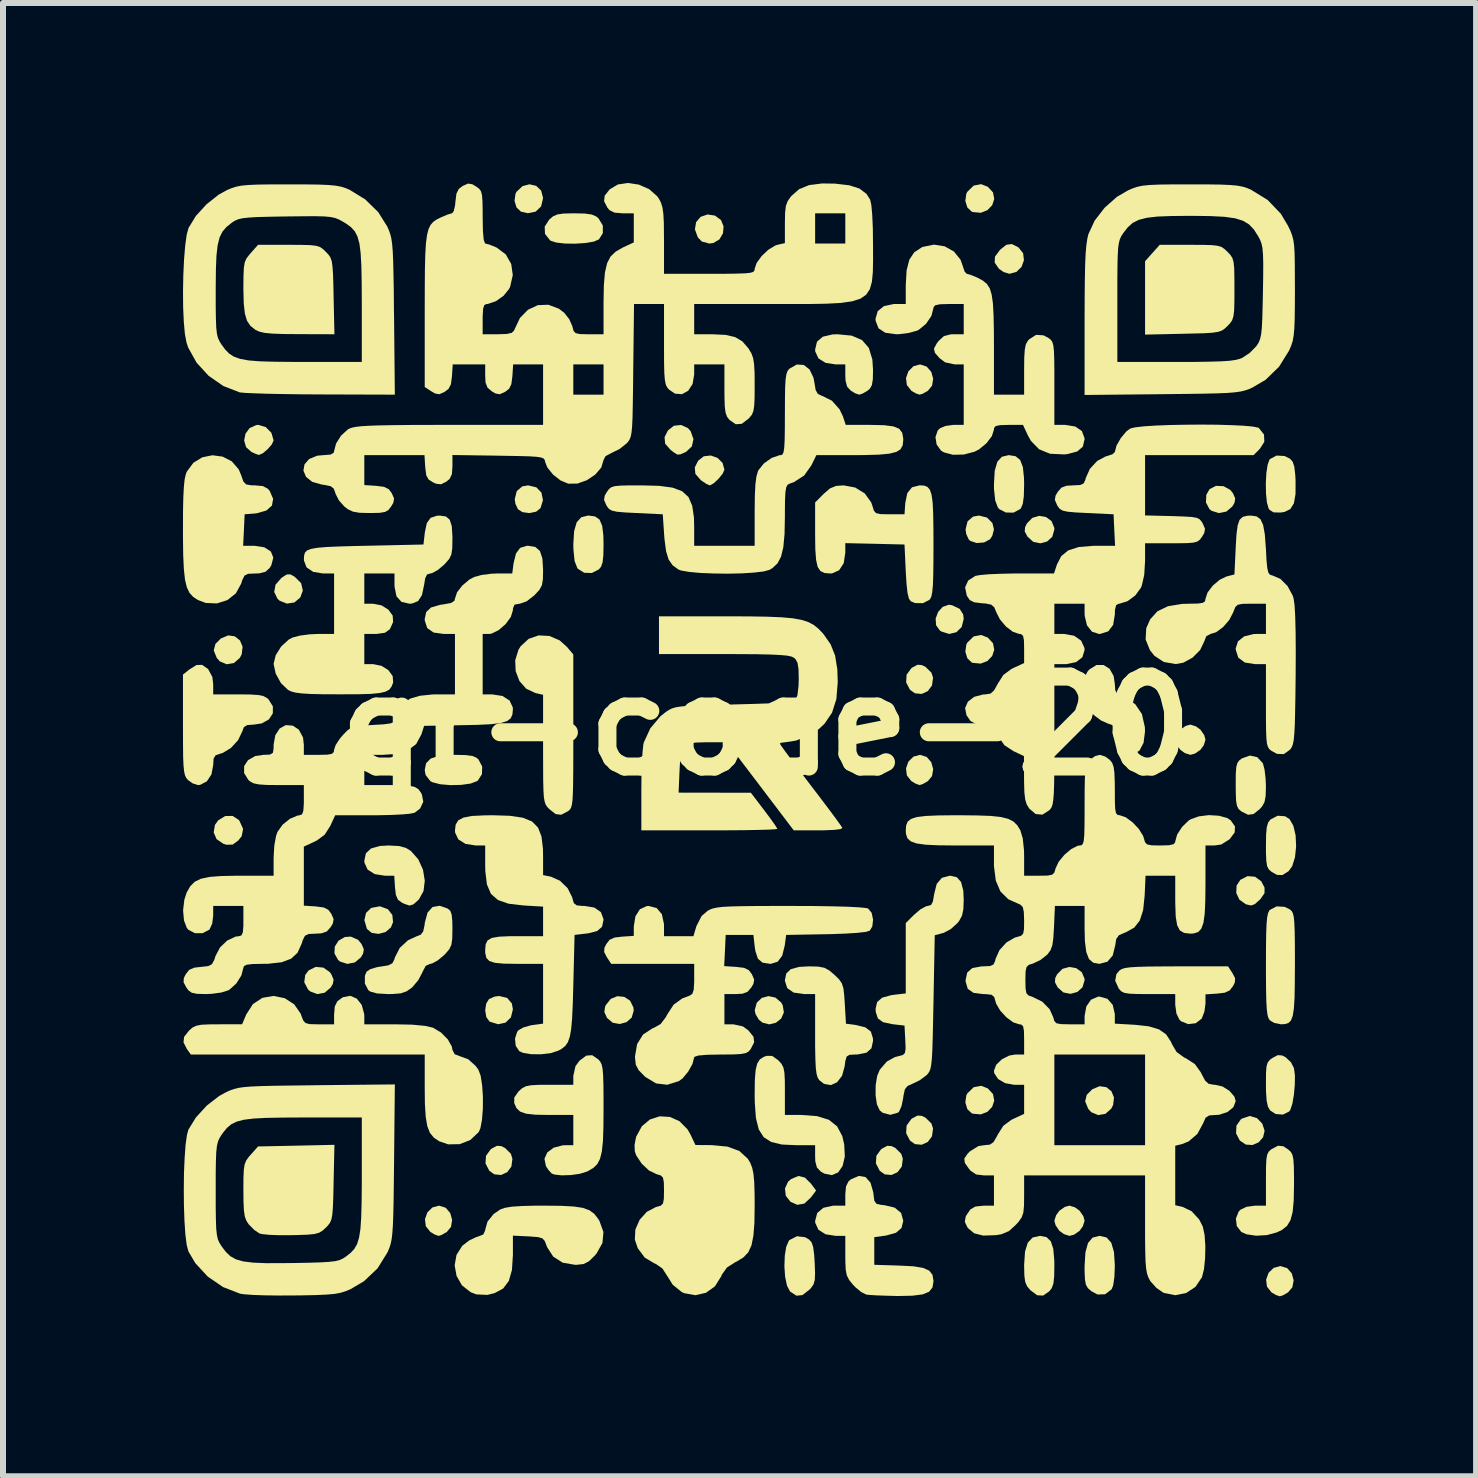
<source format=kicad_pcb>
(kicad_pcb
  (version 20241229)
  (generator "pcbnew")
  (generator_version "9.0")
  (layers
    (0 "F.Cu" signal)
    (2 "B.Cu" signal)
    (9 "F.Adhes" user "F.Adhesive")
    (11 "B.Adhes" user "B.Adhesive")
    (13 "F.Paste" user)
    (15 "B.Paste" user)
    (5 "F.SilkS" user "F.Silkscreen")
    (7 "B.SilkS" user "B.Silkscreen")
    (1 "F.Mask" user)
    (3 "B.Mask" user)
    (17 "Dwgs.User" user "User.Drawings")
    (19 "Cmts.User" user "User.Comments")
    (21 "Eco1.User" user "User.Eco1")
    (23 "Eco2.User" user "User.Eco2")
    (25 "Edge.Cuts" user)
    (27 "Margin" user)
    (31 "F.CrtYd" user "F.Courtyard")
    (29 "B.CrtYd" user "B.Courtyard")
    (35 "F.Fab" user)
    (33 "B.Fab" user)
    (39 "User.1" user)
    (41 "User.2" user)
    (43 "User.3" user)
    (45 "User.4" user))
  (footprint "qr-code-20"
    (layer "F.Cu")
    (at 9.719 9.05)
    (property "Reference" "qr-code-20" (at 0 0 0) (layer "F.SilkS") (effects (font (size 1.5 1.5) (thickness 0.3))))
    (attr board_only exclude_from_pos_files exclude_from_bom)
    (fp_poly (pts (xy 0.648 7.53) (xy 0.749 7.63) (xy 0.835 7.746) (xy 0.749 7.861) (xy 0.639 7.964) (xy 0.521 7.984) (xy 0.409 7.934) (xy 0.33 7.834) (xy 0.316 7.712) (xy 0.368 7.599) (xy 0.418 7.555) (xy 0.541 7.503)) (stroke (width 0) (type solid)) (fill yes) (layer "F.SilkS"))
    (fp_poly (pts (xy -8.854 -1.492) (xy -8.769 -1.424) (xy -8.725 -1.32) (xy -8.739 -1.196) (xy -8.771 -1.133) (xy -8.87 -1.047) (xy -8.99 -1.027) (xy -9.104 -1.075) (xy -9.155 -1.131) (xy -9.206 -1.257) (xy -9.178 -1.366) (xy -9.087 -1.457) (xy -8.965 -1.508)) (stroke (width 0) (type solid)) (fill yes) (layer "F.SilkS"))
    (fp_poly (pts (xy -3.831 -9.002) (xy -3.748 -8.923) (xy -3.716 -8.798) (xy -3.749 -8.659) (xy -3.84 -8.572) (xy -3.971 -8.546) (xy -4.086 -8.572) (xy -4.159 -8.642) (xy -4.192 -8.752) (xy -4.176 -8.869) (xy -4.159 -8.903) (xy -4.059 -8.997) (xy -3.943 -9.028)) (stroke (width 0) (type solid)) (fill yes) (layer "F.SilkS"))
    (fp_poly (pts (xy -3.828 -3.976) (xy -3.743 -3.888) (xy -3.718 -3.762) (xy -3.759 -3.629) (xy -3.832 -3.57) (xy -3.945 -3.547) (xy -4.06 -3.563) (xy -4.135 -3.611) (xy -4.177 -3.701) (xy -4.188 -3.779) (xy -4.155 -3.913) (xy -4.063 -3.992) (xy -3.965 -4.009)) (stroke (width 0) (type solid)) (fill yes) (layer "F.SilkS"))
    (fp_poly (pts (xy -0.85 -8.506) (xy -0.75 -8.432) (xy -0.707 -8.326) (xy -0.717 -8.211) (xy -0.776 -8.11) (xy -0.878 -8.049) (xy -0.945 -8.04) (xy -1.07 -8.074) (xy -1.137 -8.144) (xy -1.185 -8.277) (xy -1.165 -8.397) (xy -1.089 -8.486) (xy -0.973 -8.525)) (stroke (width 0) (type solid)) (fill yes) (layer "F.SilkS"))
    (fp_poly (pts (xy 5.673 6.023) (xy 5.758 6.091) (xy 5.801 6.195) (xy 5.787 6.319) (xy 5.755 6.382) (xy 5.657 6.468) (xy 5.536 6.488) (xy 5.422 6.44) (xy 5.371 6.384) (xy 5.32 6.258) (xy 5.348 6.149) (xy 5.439 6.058) (xy 5.561 6.007)) (stroke (width 0) (type solid)) (fill yes) (layer "F.SilkS"))
    (fp_poly (pts (xy 8.185 6.539) (xy 8.273 6.631) (xy 8.312 6.75) (xy 8.286 6.858) (xy 8.213 6.942) (xy 8.111 6.987) (xy 7.999 6.98) (xy 7.899 6.913) (xy 7.836 6.793) (xy 7.842 6.665) (xy 7.914 6.561) (xy 7.933 6.547) (xy 8.063 6.503)) (stroke (width 0) (type solid)) (fill yes) (layer "F.SilkS"))
    (fp_poly (pts (xy -8.788 1.569) (xy -8.777 1.584) (xy -8.717 1.717) (xy -8.739 1.837) (xy -8.796 1.91) (xy -8.89 1.979) (xy -8.992 1.982) (xy -9.047 1.965) (xy -9.159 1.888) (xy -9.207 1.776) (xy -9.186 1.651) (xy -9.131 1.574) (xy -9.014 1.503) (xy -8.891 1.501)) (stroke (width 0) (type solid)) (fill yes) (layer "F.SilkS"))
    (fp_poly (pts (xy -7.856 -2.485) (xy -7.749 -2.378) (xy -7.721 -2.255) (xy -7.764 -2.139) (xy -7.862 -2.057) (xy -7.986 -2.038) (xy -8.106 -2.085) (xy -8.142 -2.117) (xy -8.198 -2.231) (xy -8.176 -2.353) (xy -8.079 -2.465) (xy -8.074 -2.469) (xy -7.991 -2.523) (xy -7.93 -2.526)) (stroke (width 0) (type solid)) (fill yes) (layer "F.SilkS"))
    (fp_poly (pts (xy -7.378 4.03) (xy -7.271 4.105) (xy -7.246 4.141) (xy -7.208 4.229) (xy -7.22 4.3) (xy -7.256 4.361) (xy -7.356 4.448) (xy -7.481 4.471) (xy -7.601 4.425) (xy -7.634 4.394) (xy -7.697 4.274) (xy -7.681 4.152) (xy -7.624 4.076) (xy -7.505 4.018)) (stroke (width 0) (type solid)) (fill yes) (layer "F.SilkS"))
    (fp_poly (pts (xy -6.799 3.567) (xy -6.742 3.637) (xy -6.704 3.725) (xy -6.716 3.796) (xy -6.752 3.858) (xy -6.852 3.943) (xy -6.979 3.968) (xy -7.101 3.929) (xy -7.134 3.901) (xy -7.194 3.793) (xy -7.188 3.679) (xy -7.126 3.581) (xy -7.021 3.52) (xy -6.922 3.513)) (stroke (width 0) (type solid)) (fill yes) (layer "F.SilkS"))
    (fp_poly (pts (xy -6.429 3.01) (xy -6.303 3.057) (xy -6.229 3.152) (xy -6.217 3.272) (xy -6.253 3.361) (xy -6.342 3.437) (xy -6.459 3.468) (xy -6.573 3.451) (xy -6.652 3.385) (xy -6.653 3.382) (xy -6.695 3.239) (xy -6.667 3.117) (xy -6.581 3.035) (xy -6.445 3.009)) (stroke (width 0) (type solid)) (fill yes) (layer "F.SilkS"))
    (fp_poly (pts (xy -5.339 8.033) (xy -5.264 8.121) (xy -5.232 8.236) (xy -5.251 8.352) (xy -5.32 8.436) (xy -5.405 8.485) (xy -5.458 8.502) (xy -5.523 8.479) (xy -5.595 8.436) (xy -5.671 8.341) (xy -5.685 8.224) (xy -5.645 8.111) (xy -5.561 8.028) (xy -5.451 7.998)) (stroke (width 0) (type solid)) (fill yes) (layer "F.SilkS"))
    (fp_poly (pts (xy -4.412 7.006) (xy -4.351 7.036) (xy -4.253 7.133) (xy -4.227 7.216) (xy -4.244 7.346) (xy -4.314 7.44) (xy -4.417 7.487) (xy -4.529 7.476) (xy -4.612 7.417) (xy -4.676 7.294) (xy -4.667 7.166) (xy -4.589 7.059) (xy -4.571 7.046) (xy -4.484 7)) (stroke (width 0) (type solid)) (fill yes) (layer "F.SilkS"))
    (fp_poly (pts (xy -4.315 4.535) (xy -4.237 4.627) (xy -4.219 4.725) (xy -4.253 4.861) (xy -4.342 4.947) (xy -4.466 4.974) (xy -4.606 4.931) (xy -4.608 4.93) (xy -4.662 4.856) (xy -4.681 4.743) (xy -4.664 4.629) (xy -4.618 4.555) (xy -4.527 4.514) (xy -4.45 4.503)) (stroke (width 0) (type solid)) (fill yes) (layer "F.SilkS"))
    (fp_poly (pts (xy 0.156 4.529) (xy 0.252 4.61) (xy 0.279 4.657) (xy 0.298 4.777) (xy 0.253 4.879) (xy 0.165 4.949) (xy 0.054 4.976) (xy -0.059 4.947) (xy -0.119 4.898) (xy -0.174 4.806) (xy -0.188 4.741) (xy -0.154 4.615) (xy -0.07 4.535) (xy 0.041 4.505)) (stroke (width 0) (type solid)) (fill yes) (layer "F.SilkS"))
    (fp_poly (pts (xy 2.095 7.006) (xy 2.156 7.036) (xy 2.254 7.133) (xy 2.281 7.216) (xy 2.264 7.346) (xy 2.193 7.44) (xy 2.091 7.487) (xy 1.978 7.476) (xy 1.896 7.417) (xy 1.832 7.294) (xy 1.84 7.166) (xy 1.918 7.059) (xy 1.936 7.046) (xy 2.023 7)) (stroke (width 0) (type solid)) (fill yes) (layer "F.SilkS"))
    (fp_poly (pts (xy 2.599 -1.013) (xy 2.66 -0.983) (xy 2.758 -0.886) (xy 2.785 -0.803) (xy 2.767 -0.673) (xy 2.697 -0.579) (xy 2.595 -0.532) (xy 2.482 -0.543) (xy 2.4 -0.602) (xy 2.336 -0.725) (xy 2.344 -0.853) (xy 2.422 -0.96) (xy 2.44 -0.973) (xy 2.527 -1.019)) (stroke (width 0) (type solid)) (fill yes) (layer "F.SilkS"))
    (fp_poly (pts (xy 2.599 6.502) (xy 2.66 6.532) (xy 2.758 6.629) (xy 2.785 6.712) (xy 2.767 6.842) (xy 2.697 6.936) (xy 2.595 6.983) (xy 2.482 6.972) (xy 2.4 6.913) (xy 2.336 6.79) (xy 2.344 6.662) (xy 2.422 6.555) (xy 2.44 6.542) (xy 2.527 6.496)) (stroke (width 0) (type solid)) (fill yes) (layer "F.SilkS"))
    (fp_poly (pts (xy 2.679 -5.989) (xy 2.755 -5.901) (xy 2.787 -5.786) (xy 2.768 -5.67) (xy 2.699 -5.586) (xy 2.614 -5.537) (xy 2.561 -5.521) (xy 2.496 -5.543) (xy 2.423 -5.586) (xy 2.348 -5.682) (xy 2.334 -5.798) (xy 2.374 -5.911) (xy 2.458 -5.995) (xy 2.568 -6.025)) (stroke (width 0) (type solid)) (fill yes) (layer "F.SilkS"))
    (fp_poly (pts (xy 2.679 0.518) (xy 2.755 0.606) (xy 2.787 0.721) (xy 2.768 0.837) (xy 2.699 0.921) (xy 2.614 0.97) (xy 2.561 0.987) (xy 2.496 0.964) (xy 2.423 0.921) (xy 2.348 0.826) (xy 2.334 0.709) (xy 2.374 0.596) (xy 2.458 0.513) (xy 2.568 0.483)) (stroke (width 0) (type solid)) (fill yes) (layer "F.SilkS"))
    (fp_poly (pts (xy 3.102 -2.011) (xy 3.229 -1.95) (xy 3.287 -1.858) (xy 3.296 -1.782) (xy 3.262 -1.648) (xy 3.174 -1.561) (xy 3.054 -1.532) (xy 2.923 -1.573) (xy 2.9 -1.588) (xy 2.835 -1.678) (xy 2.828 -1.789) (xy 2.869 -1.899) (xy 2.945 -1.983) (xy 3.046 -2.019)) (stroke (width 0) (type solid)) (fill yes) (layer "F.SilkS"))
    (fp_poly (pts (xy 3.685 -3.472) (xy 3.774 -3.381) (xy 3.8 -3.275) (xy 3.772 -3.167) (xy 3.734 -3.11) (xy 3.634 -3.057) (xy 3.511 -3.048) (xy 3.406 -3.083) (xy 3.38 -3.107) (xy 3.338 -3.198) (xy 3.327 -3.275) (xy 3.36 -3.41) (xy 3.452 -3.488) (xy 3.55 -3.506)) (stroke (width 0) (type solid)) (fill yes) (layer "F.SilkS"))
    (fp_poly (pts (xy 3.697 -8.987) (xy 3.784 -8.893) (xy 3.805 -8.784) (xy 3.771 -8.68) (xy 3.692 -8.597) (xy 3.581 -8.553) (xy 3.448 -8.565) (xy 3.429 -8.572) (xy 3.356 -8.642) (xy 3.323 -8.752) (xy 3.339 -8.869) (xy 3.356 -8.903) (xy 3.462 -9.006) (xy 3.586 -9.03)) (stroke (width 0) (type solid)) (fill yes) (layer "F.SilkS"))
    (fp_poly (pts (xy 3.697 -1.472) (xy 3.784 -1.378) (xy 3.805 -1.269) (xy 3.771 -1.165) (xy 3.692 -1.082) (xy 3.581 -1.038) (xy 3.448 -1.05) (xy 3.429 -1.057) (xy 3.356 -1.127) (xy 3.323 -1.237) (xy 3.339 -1.354) (xy 3.356 -1.388) (xy 3.462 -1.491) (xy 3.586 -1.515)) (stroke (width 0) (type solid)) (fill yes) (layer "F.SilkS"))
    (fp_poly (pts (xy 3.697 6.043) (xy 3.784 6.138) (xy 3.805 6.246) (xy 3.771 6.35) (xy 3.692 6.433) (xy 3.581 6.477) (xy 3.448 6.465) (xy 3.429 6.458) (xy 3.356 6.389) (xy 3.323 6.278) (xy 3.339 6.161) (xy 3.356 6.127) (xy 3.462 6.024) (xy 3.586 6)) (stroke (width 0) (type solid)) (fill yes) (layer "F.SilkS"))
    (fp_poly (pts (xy 7.628 -3.995) (xy 7.74 -3.933) (xy 7.784 -3.878) (xy 7.822 -3.79) (xy 7.81 -3.719) (xy 7.774 -3.657) (xy 7.674 -3.572) (xy 7.547 -3.547) (xy 7.425 -3.586) (xy 7.392 -3.614) (xy 7.334 -3.724) (xy 7.34 -3.852) (xy 7.394 -3.946) (xy 7.502 -4.001)) (stroke (width 0) (type solid)) (fill yes) (layer "F.SilkS"))
    (fp_poly (pts (xy 8.689 9.04) (xy 8.765 9.128) (xy 8.796 9.243) (xy 8.774 9.359) (xy 8.702 9.444) (xy 8.617 9.493) (xy 8.565 9.509) (xy 8.5 9.487) (xy 8.427 9.444) (xy 8.351 9.348) (xy 8.337 9.232) (xy 8.377 9.119) (xy 8.462 9.036) (xy 8.575 9.005)) (stroke (width 0) (type solid)) (fill yes) (layer "F.SilkS"))
    (fp_poly (pts (xy -2.362 4.518) (xy -2.265 4.582) (xy -2.21 4.694) (xy -2.205 4.748) (xy -2.239 4.863) (xy -2.325 4.939) (xy -2.439 4.97) (xy -2.555 4.949) (xy -2.649 4.87) (xy -2.65 4.868) (xy -2.695 4.771) (xy -2.682 4.681) (xy -2.672 4.657) (xy -2.588 4.551) (xy -2.477 4.506)) (stroke (width 0) (type solid)) (fill yes) (layer "F.SilkS"))
    (fp_poly (pts (xy -1.302 -4.964) (xy -1.256 -4.912) (xy -1.209 -4.78) (xy -1.236 -4.658) (xy -1.332 -4.568) (xy -1.344 -4.562) (xy -1.427 -4.526) (xy -1.478 -4.522) (xy -1.534 -4.557) (xy -1.59 -4.6) (xy -1.681 -4.703) (xy -1.691 -4.813) (xy -1.635 -4.924) (xy -1.536 -5.003) (xy -1.415 -5.016)) (stroke (width 0) (type solid)) (fill yes) (layer "F.SilkS"))
    (fp_poly (pts (xy 4.207 -7.977) (xy 4.21 -7.974) (xy 4.286 -7.879) (xy 4.3 -7.763) (xy 4.26 -7.651) (xy 4.174 -7.567) (xy 4.059 -7.536) (xy 3.961 -7.565) (xy 3.883 -7.62) (xy 3.812 -7.723) (xy 3.817 -7.822) (xy 3.9 -7.934) (xy 3.903 -7.937) (xy 4.006 -8.019) (xy 4.098 -8.032)) (stroke (width 0) (type solid)) (fill yes) (layer "F.SilkS"))
    (fp_poly (pts (xy 4.668 -3.481) (xy 4.76 -3.413) (xy 4.806 -3.301) (xy 4.807 -3.275) (xy 4.773 -3.153) (xy 4.687 -3.073) (xy 4.574 -3.043) (xy 4.456 -3.067) (xy 4.36 -3.153) (xy 4.359 -3.154) (xy 4.313 -3.241) (xy 4.319 -3.312) (xy 4.349 -3.374) (xy 4.439 -3.467) (xy 4.553 -3.501)) (stroke (width 0) (type solid)) (fill yes) (layer "F.SilkS"))
    (fp_poly (pts (xy 5.171 4.039) (xy 5.264 4.106) (xy 5.31 4.215) (xy 5.311 4.24) (xy 5.276 4.358) (xy 5.19 4.436) (xy 5.075 4.467) (xy 4.958 4.444) (xy 4.864 4.362) (xy 4.863 4.361) (xy 4.817 4.274) (xy 4.822 4.203) (xy 4.853 4.141) (xy 4.941 4.051) (xy 5.055 4.019)) (stroke (width 0) (type solid)) (fill yes) (layer "F.SilkS"))
    (fp_poly (pts (xy 8.152 2.515) (xy 8.256 2.591) (xy 8.311 2.697) (xy 8.31 2.79) (xy 8.242 2.887) (xy 8.233 2.896) (xy 8.15 2.971) (xy 8.088 2.994) (xy 8.01 2.977) (xy 7.998 2.973) (xy 7.892 2.898) (xy 7.839 2.785) (xy 7.845 2.662) (xy 7.907 2.567) (xy 8.028 2.505)) (stroke (width 0) (type solid)) (fill yes) (layer "F.SilkS"))
    (fp_poly (pts (xy -0.808 -4.467) (xy -0.724 -4.383) (xy -0.693 -4.271) (xy -0.721 -4.206) (xy -0.789 -4.121) (xy -0.868 -4.046) (xy -0.932 -4.01) (xy -0.937 -4.009) (xy -0.994 -4.033) (xy -1.079 -4.091) (xy -1.086 -4.096) (xy -1.177 -4.199) (xy -1.187 -4.309) (xy -1.131 -4.42) (xy -1.037 -4.494) (xy -0.921 -4.507)) (stroke (width 0) (type solid)) (fill yes) (layer "F.SilkS"))
    (fp_poly (pts (xy 5.15 8.026) (xy 5.227 8.082) (xy 5.29 8.173) (xy 5.311 8.25) (xy 5.282 8.341) (xy 5.227 8.418) (xy 5.136 8.481) (xy 5.059 8.502) (xy 4.968 8.473) (xy 4.891 8.418) (xy 4.828 8.326) (xy 4.807 8.25) (xy 4.836 8.158) (xy 4.891 8.082) (xy 4.982 8.019) (xy 5.059 7.998)) (stroke (width 0) (type solid)) (fill yes) (layer "F.SilkS"))
    (fp_poly (pts (xy 7.166 0.008) (xy 7.242 0.063) (xy 7.305 0.154) (xy 7.326 0.231) (xy 7.298 0.322) (xy 7.242 0.399) (xy 7.151 0.462) (xy 7.074 0.483) (xy 6.983 0.454) (xy 6.906 0.399) (xy 6.843 0.307) (xy 6.822 0.231) (xy 6.851 0.14) (xy 6.906 0.063) (xy 6.998 0.000074) (xy 7.074 -0.021)) (stroke (width 0) (type solid)) (fill yes) (layer "F.SilkS"))
    (fp_poly (pts (xy -8.338 -4.98) (xy -8.245 -4.885) (xy -8.208 -4.759) (xy -8.208 -4.759) (xy -8.237 -4.693) (xy -8.307 -4.612) (xy -8.388 -4.544) (xy -8.453 -4.516) (xy -8.455 -4.516) (xy -8.509 -4.535) (xy -8.576 -4.565) (xy -8.667 -4.646) (xy -8.699 -4.756) (xy -8.677 -4.87) (xy -8.608 -4.964) (xy -8.498 -5.014) (xy -8.461 -5.017)) (stroke (width 0) (type solid)) (fill yes) (layer "F.SilkS"))
    (fp_poly (pts (xy 5.678 8.529) (xy 5.756 8.617) (xy 5.801 8.771) (xy 5.815 8.997) (xy 5.808 9.186) (xy 5.788 9.325) (xy 5.762 9.392) (xy 5.653 9.475) (xy 5.527 9.479) (xy 5.422 9.423) (xy 5.366 9.373) (xy 5.333 9.316) (xy 5.317 9.23) (xy 5.311 9.094) (xy 5.311 9.002) (xy 5.325 8.775) (xy 5.368 8.62) (xy 5.444 8.531) (xy 5.557 8.502) (xy 5.563 8.502)) (stroke (width 0) (type solid)) (fill yes) (layer "F.SilkS"))
    (fp_poly (pts (xy -5.006 0.487) (xy -4.893 0.502) (xy -4.823 0.533) (xy -4.793 0.56) (xy -4.731 0.678) (xy -4.735 0.805) (xy -4.802 0.91) (xy -4.816 0.921) (xy -4.924 0.962) (xy -5.083 0.984) (xy -5.262 0.988) (xy -5.433 0.973) (xy -5.563 0.939) (xy -5.595 0.921) (xy -5.675 0.818) (xy -5.689 0.735) (xy -5.666 0.623) (xy -5.591 0.546) (xy -5.456 0.501) (xy -5.25 0.484) (xy -5.182 0.483)) (stroke (width 0) (type solid)) (fill yes) (layer "F.SilkS"))
    (fp_poly (pts (xy -2.849 -3.491) (xy -2.775 -3.439) (xy -2.731 -3.337) (xy -2.711 -3.173) (xy -2.708 -3.026) (xy -2.711 -2.844) (xy -2.724 -2.726) (xy -2.75 -2.652) (xy -2.785 -2.609) (xy -2.904 -2.548) (xy -3.031 -2.552) (xy -3.135 -2.618) (xy -3.146 -2.633) (xy -3.191 -2.749) (xy -3.21 -2.94) (xy -3.212 -3.023) (xy -3.199 -3.244) (xy -3.156 -3.393) (xy -3.08 -3.477) (xy -2.967 -3.506) (xy -2.96 -3.506)) (stroke (width 0) (type solid)) (fill yes) (layer "F.SilkS"))
    (fp_poly (pts (xy 4.16 -4.495) (xy 4.237 -4.432) (xy 4.282 -4.315) (xy 4.301 -4.131) (xy 4.303 -4.02) (xy 4.298 -3.827) (xy 4.281 -3.702) (xy 4.249 -3.627) (xy 4.237 -3.614) (xy 4.128 -3.555) (xy 4 -3.556) (xy 3.89 -3.612) (xy 3.865 -3.641) (xy 3.821 -3.757) (xy 3.801 -3.947) (xy 3.8 -4.03) (xy 3.813 -4.252) (xy 3.856 -4.402) (xy 3.932 -4.486) (xy 4.046 -4.513) (xy 4.047 -4.513)) (stroke (width 0) (type solid)) (fill yes) (layer "F.SilkS"))
    (fp_poly (pts (xy -3.019 -8.54) (xy -2.906 -8.524) (xy -2.832 -8.493) (xy -2.792 -8.46) (xy -2.72 -8.34) (xy -2.72 -8.213) (xy -2.785 -8.109) (xy -2.869 -8.073) (xy -3.009 -8.049) (xy -3.178 -8.038) (xy -3.35 -8.04) (xy -3.497 -8.057) (xy -3.592 -8.088) (xy -3.598 -8.092) (xy -3.684 -8.201) (xy -3.689 -8.322) (xy -3.615 -8.438) (xy -3.551 -8.493) (xy -3.479 -8.525) (xy -3.376 -8.54) (xy -3.216 -8.544) (xy -3.193 -8.544)) (stroke (width 0) (type solid)) (fill yes) (layer "F.SilkS"))
    (fp_poly (pts (xy 8.646 -4.498) (xy 8.734 -4.454) (xy 8.779 -4.404) (xy 8.807 -4.32) (xy 8.823 -4.182) (xy 8.828 -4.087) (xy 8.827 -3.864) (xy 8.8 -3.71) (xy 8.741 -3.614) (xy 8.644 -3.566) (xy 8.577 -3.556) (xy 8.461 -3.559) (xy 8.395 -3.6) (xy 8.378 -3.626) (xy 8.35 -3.725) (xy 8.335 -3.873) (xy 8.332 -4.044) (xy 8.341 -4.213) (xy 8.362 -4.353) (xy 8.394 -4.44) (xy 8.4 -4.447) (xy 8.512 -4.506)) (stroke (width 0) (type solid)) (fill yes) (layer "F.SilkS"))
    (fp_poly (pts (xy 8.654 1.507) (xy 8.728 1.555) (xy 8.792 1.667) (xy 8.829 1.828) (xy 8.837 2.011) (xy 8.818 2.191) (xy 8.772 2.339) (xy 8.712 2.422) (xy 8.609 2.487) (xy 8.518 2.484) (xy 8.427 2.433) (xy 8.382 2.393) (xy 8.354 2.339) (xy 8.34 2.251) (xy 8.334 2.11) (xy 8.334 1.998) (xy 8.337 1.811) (xy 8.348 1.688) (xy 8.371 1.611) (xy 8.409 1.561) (xy 8.41 1.56) (xy 8.53 1.498)) (stroke (width 0) (type solid)) (fill yes) (layer "F.SilkS"))
    (fp_poly (pts (xy 0.652 8.524) (xy 0.716 8.561) (xy 0.759 8.608) (xy 0.786 8.686) (xy 0.803 8.813) (xy 0.812 8.957) (xy 0.818 9.128) (xy 0.813 9.238) (xy 0.792 9.311) (xy 0.752 9.369) (xy 0.72 9.402) (xy 0.607 9.489) (xy 0.508 9.499) (xy 0.408 9.434) (xy 0.399 9.425) (xy 0.35 9.332) (xy 0.319 9.185) (xy 0.307 9.011) (xy 0.313 8.835) (xy 0.337 8.684) (xy 0.381 8.583) (xy 0.392 8.571) (xy 0.516 8.508)) (stroke (width 0) (type solid)) (fill yes) (layer "F.SilkS"))
    (fp_poly (pts (xy 4.675 8.522) (xy 4.747 8.591) (xy 4.789 8.718) (xy 4.806 8.913) (xy 4.807 8.998) (xy 4.804 9.178) (xy 4.791 9.296) (xy 4.764 9.372) (xy 4.723 9.425) (xy 4.62 9.497) (xy 4.521 9.492) (xy 4.409 9.409) (xy 4.406 9.406) (xy 4.353 9.343) (xy 4.321 9.27) (xy 4.307 9.165) (xy 4.303 9.002) (xy 4.303 8.986) (xy 4.318 8.764) (xy 4.364 8.615) (xy 4.445 8.529) (xy 4.566 8.502) (xy 4.57 8.502)) (stroke (width 0) (type solid)) (fill yes) (layer "F.SilkS"))
    (fp_poly (pts (xy 8.603 5.494) (xy 8.661 5.523) (xy 8.752 5.609) (xy 8.801 5.705) (xy 8.817 5.827) (xy 8.815 5.985) (xy 8.8 6.152) (xy 8.774 6.301) (xy 8.739 6.404) (xy 8.723 6.427) (xy 8.617 6.48) (xy 8.495 6.47) (xy 8.403 6.41) (xy 8.367 6.347) (xy 8.345 6.246) (xy 8.335 6.089) (xy 8.334 5.97) (xy 8.335 5.793) (xy 8.343 5.681) (xy 8.363 5.612) (xy 8.399 5.567) (xy 8.444 5.535) (xy 8.531 5.489)) (stroke (width 0) (type solid)) (fill yes) (layer "F.SilkS"))
    (fp_poly (pts (xy 8.189 0.522) (xy 8.279 0.619) (xy 8.285 0.631) (xy 8.311 0.73) (xy 8.328 0.877) (xy 8.334 1.011) (xy 8.329 1.17) (xy 8.31 1.272) (xy 8.268 1.346) (xy 8.231 1.387) (xy 8.127 1.47) (xy 8.035 1.482) (xy 7.926 1.427) (xy 7.923 1.425) (xy 7.878 1.386) (xy 7.851 1.333) (xy 7.836 1.246) (xy 7.831 1.106) (xy 7.83 0.985) (xy 7.831 0.805) (xy 7.839 0.689) (xy 7.858 0.619) (xy 7.891 0.574) (xy 7.935 0.542) (xy 8.067 0.495)) (stroke (width 0) (type solid)) (fill yes) (layer "F.SilkS"))
    (fp_poly (pts (xy -6.12 2.003) (xy -6.003 2.034) (xy -5.92 2.085) (xy -5.797 2.224) (xy -5.718 2.397) (xy -5.688 2.581) (xy -5.709 2.754) (xy -5.785 2.892) (xy -5.792 2.899) (xy -5.876 2.975) (xy -5.942 2.996) (xy -6.027 2.967) (xy -6.067 2.948) (xy -6.135 2.898) (xy -6.17 2.818) (xy -6.184 2.696) (xy -6.197 2.498) (xy -6.353 2.498) (xy -6.523 2.471) (xy -6.641 2.396) (xy -6.694 2.281) (xy -6.696 2.25) (xy -6.67 2.125) (xy -6.585 2.044) (xy -6.435 2.002) (xy -6.289 1.994)) (stroke (width 0) (type solid)) (fill yes) (layer "F.SilkS"))
    (fp_poly (pts (xy 1.429 -6.505) (xy 1.602 -6.43) (xy 1.714 -6.3) (xy 1.773 -6.108) (xy 1.784 -5.934) (xy 1.781 -5.777) (xy 1.765 -5.68) (xy 1.732 -5.621) (xy 1.691 -5.586) (xy 1.606 -5.537) (xy 1.553 -5.521) (xy 1.488 -5.543) (xy 1.416 -5.586) (xy 1.353 -5.653) (xy 1.326 -5.755) (xy 1.322 -5.838) (xy 1.322 -6.025) (xy 1.164 -6.025) (xy 0.993 -6.051) (xy 0.874 -6.126) (xy 0.821 -6.241) (xy 0.819 -6.272) (xy 0.85 -6.404) (xy 0.946 -6.487) (xy 1.11 -6.525) (xy 1.191 -6.528)) (stroke (width 0) (type solid)) (fill yes) (layer "F.SilkS"))
    (fp_poly (pts (xy 7.284 -8.018) (xy 7.431 -8.014) (xy 7.529 -8.003) (xy 7.595 -7.982) (xy 7.646 -7.947) (xy 7.693 -7.902) (xy 7.742 -7.85) (xy 7.775 -7.798) (xy 7.795 -7.73) (xy 7.805 -7.627) (xy 7.808 -7.472) (xy 7.809 -7.284) (xy 7.808 -7.071) (xy 7.804 -6.925) (xy 7.792 -6.828) (xy 7.771 -6.762) (xy 7.736 -6.711) (xy 7.693 -6.666) (xy 7.645 -6.621) (xy 7.598 -6.589) (xy 7.536 -6.568) (xy 7.444 -6.554) (xy 7.308 -6.545) (xy 7.111 -6.54) (xy 6.947 -6.536) (xy 6.319 -6.522) (xy 6.319 -7.134) (xy 6.319 -7.745) (xy 6.441 -7.882) (xy 6.564 -8.019) (xy 7.07 -8.019)) (stroke (width 0) (type solid)) (fill yes) (layer "F.SilkS"))
    (fp_poly (pts (xy -7.746 -8.018) (xy -7.599 -8.014) (xy -7.501 -8.003) (xy -7.435 -7.982) (xy -7.384 -7.947) (xy -7.338 -7.903) (xy -7.293 -7.855) (xy -7.261 -7.808) (xy -7.239 -7.746) (xy -7.226 -7.654) (xy -7.217 -7.518) (xy -7.211 -7.321) (xy -7.208 -7.157) (xy -7.194 -6.528) (xy -7.795 -6.53) (xy -8.048 -6.532) (xy -8.231 -6.539) (xy -8.359 -6.551) (xy -8.447 -6.572) (xy -8.509 -6.6) (xy -8.593 -6.666) (xy -8.651 -6.752) (xy -8.687 -6.872) (xy -8.706 -7.043) (xy -8.712 -7.281) (xy -8.712 -7.306) (xy -8.71 -7.504) (xy -8.704 -7.638) (xy -8.689 -7.727) (xy -8.66 -7.793) (xy -8.613 -7.854) (xy -8.589 -7.882) (xy -8.467 -8.019) (xy -7.96 -8.019)) (stroke (width 0) (type solid)) (fill yes) (layer "F.SilkS"))
    (fp_poly (pts (xy 8.625 7.008) (xy 8.71 7.065) (xy 8.749 7.102) (xy 8.775 7.15) (xy 8.791 7.224) (xy 8.799 7.341) (xy 8.802 7.516) (xy 8.802 7.65) (xy 8.797 7.912) (xy 8.779 8.104) (xy 8.743 8.24) (xy 8.685 8.336) (xy 8.599 8.404) (xy 8.515 8.444) (xy 8.35 8.489) (xy 8.17 8.499) (xy 8.009 8.475) (xy 7.923 8.436) (xy 7.848 8.339) (xy 7.833 8.214) (xy 7.879 8.097) (xy 7.907 8.067) (xy 8.008 8.018) (xy 8.153 7.998) (xy 8.159 7.998) (xy 8.334 7.998) (xy 8.334 7.559) (xy 8.335 7.361) (xy 8.341 7.229) (xy 8.355 7.147) (xy 8.381 7.096) (xy 8.421 7.06) (xy 8.427 7.056) (xy 8.535 6.999)) (stroke (width 0) (type solid)) (fill yes) (layer "F.SilkS"))
    (fp_poly (pts (xy -7.208 7.616) (xy -7.213 7.859) (xy -7.22 8.033) (xy -7.23 8.152) (xy -7.246 8.232) (xy -7.271 8.287) (xy -7.306 8.333) (xy -7.337 8.364) (xy -7.394 8.416) (xy -7.451 8.45) (xy -7.529 8.471) (xy -7.645 8.482) (xy -7.819 8.488) (xy -7.904 8.49) (xy -8.099 8.491) (xy -8.27 8.485) (xy -8.394 8.473) (xy -8.443 8.462) (xy -8.531 8.403) (xy -8.62 8.312) (xy -8.622 8.311) (xy -8.662 8.25) (xy -8.688 8.179) (xy -8.703 8.078) (xy -8.71 7.929) (xy -8.712 7.741) (xy -8.711 7.539) (xy -8.705 7.402) (xy -8.691 7.31) (xy -8.664 7.244) (xy -8.621 7.184) (xy -8.589 7.148) (xy -8.467 7.011) (xy -7.83 6.998) (xy -7.194 6.984)) (stroke (width 0) (type solid)) (fill yes) (layer "F.SilkS"))
    (fp_poly (pts (xy 8.646 3.017) (xy 8.735 3.061) (xy 8.763 3.087) (xy 8.783 3.124) (xy 8.798 3.185) (xy 8.807 3.281) (xy 8.813 3.423) (xy 8.816 3.623) (xy 8.817 3.893) (xy 8.817 3.979) (xy 8.815 4.293) (xy 8.811 4.534) (xy 8.8 4.71) (xy 8.781 4.832) (xy 8.752 4.91) (xy 8.709 4.953) (xy 8.651 4.971) (xy 8.583 4.975) (xy 8.472 4.952) (xy 8.4 4.909) (xy 8.377 4.875) (xy 8.36 4.817) (xy 8.348 4.723) (xy 8.34 4.584) (xy 8.336 4.388) (xy 8.334 4.123) (xy 8.334 3.988) (xy 8.335 3.692) (xy 8.338 3.468) (xy 8.344 3.306) (xy 8.354 3.195) (xy 8.369 3.123) (xy 8.389 3.08) (xy 8.4 3.068) (xy 8.512 3.009)) (stroke (width 0) (type solid)) (fill yes) (layer "F.SilkS"))
    (fp_poly (pts (xy 5.728 -0.951) (xy 5.795 -0.832) (xy 5.815 -0.699) (xy 5.822 -0.594) (xy 5.859 -0.532) (xy 5.949 -0.485) (xy 5.981 -0.472) (xy 6.154 -0.363) (xy 6.266 -0.198) (xy 6.316 0.023) (xy 6.318 0.094) (xy 6.294 0.283) (xy 6.225 0.413) (xy 6.116 0.477) (xy 6.067 0.483) (xy 5.975 0.454) (xy 5.899 0.399) (xy 5.829 0.27) (xy 5.815 0.15) (xy 5.807 0.041) (xy 5.774 -0.013) (xy 5.696 -0.04) (xy 5.695 -0.041) (xy 5.587 -0.089) (xy 5.474 -0.173) (xy 5.455 -0.192) (xy 5.385 -0.279) (xy 5.345 -0.376) (xy 5.324 -0.513) (xy 5.319 -0.584) (xy 5.313 -0.738) (xy 5.324 -0.836) (xy 5.358 -0.903) (xy 5.39 -0.94) (xy 5.509 -1.014) (xy 5.627 -1.015)) (stroke (width 0) (type solid)) (fill yes) (layer "F.SilkS"))
    (fp_poly (pts (xy -3.612 -1.499) (xy -3.44 -1.425) (xy -3.318 -1.316) (xy -3.212 -1.19) (xy -3.212 0.085) (xy -3.212 0.445) (xy -3.213 0.731) (xy -3.215 0.951) (xy -3.219 1.115) (xy -3.225 1.232) (xy -3.235 1.311) (xy -3.249 1.362) (xy -3.267 1.393) (xy -3.291 1.415) (xy -3.305 1.425) (xy -3.414 1.482) (xy -3.506 1.471) (xy -3.609 1.39) (xy -3.612 1.387) (xy -3.646 1.352) (xy -3.672 1.314) (xy -3.69 1.262) (xy -3.703 1.185) (xy -3.71 1.071) (xy -3.714 0.909) (xy -3.715 0.686) (xy -3.716 0.39) (xy -3.716 0.383) (xy -3.716 -0.518) (xy -3.84 -0.546) (xy -3.997 -0.619) (xy -4.11 -0.747) (xy -4.173 -0.912) (xy -4.181 -1.092) (xy -4.126 -1.269) (xy -4.09 -1.327) (xy -3.956 -1.451) (xy -3.79 -1.508)) (stroke (width 0) (type solid)) (fill yes) (layer "F.SilkS"))
    (fp_poly (pts (xy 7.774 4.119) (xy 7.82 4.206) (xy 7.815 4.278) (xy 7.784 4.34) (xy 7.728 4.411) (xy 7.647 4.448) (xy 7.524 4.463) (xy 7.326 4.476) (xy 7.326 4.632) (xy 7.308 4.764) (xy 7.266 4.874) (xy 7.261 4.882) (xy 7.163 4.957) (xy 7.039 4.972) (xy 6.922 4.926) (xy 6.892 4.898) (xy 6.842 4.797) (xy 6.822 4.652) (xy 6.822 4.646) (xy 6.822 4.471) (xy 6.384 4.471) (xy 6.186 4.47) (xy 6.054 4.464) (xy 5.971 4.45) (xy 5.921 4.424) (xy 5.884 4.384) (xy 5.88 4.378) (xy 5.821 4.249) (xy 5.841 4.139) (xy 5.891 4.079) (xy 5.928 4.055) (xy 5.984 4.037) (xy 6.071 4.025) (xy 6.201 4.017) (xy 6.385 4.012) (xy 6.634 4.01) (xy 6.835 4.009) (xy 7.702 4.009)) (stroke (width 0) (type solid)) (fill yes) (layer "F.SilkS"))
    (fp_poly (pts (xy 0.103 5.502) (xy 0.2 5.571) (xy 0.209 5.579) (xy 0.259 5.635) (xy 0.29 5.695) (xy 0.307 5.781) (xy 0.314 5.912) (xy 0.315 6.086) (xy 0.315 6.486) (xy 0.589 6.486) (xy 0.853 6.506) (xy 1.049 6.567) (xy 1.186 6.677) (xy 1.272 6.84) (xy 1.304 6.978) (xy 1.314 7.179) (xy 1.277 7.337) (xy 1.203 7.444) (xy 1.098 7.489) (xy 0.972 7.464) (xy 0.912 7.429) (xy 0.849 7.362) (xy 0.822 7.26) (xy 0.819 7.177) (xy 0.819 6.99) (xy 0.5 6.99) (xy 0.264 6.979) (xy 0.087 6.937) (xy -0.039 6.856) (xy -0.121 6.726) (xy -0.168 6.538) (xy -0.187 6.281) (xy -0.189 6.142) (xy -0.186 5.905) (xy -0.173 5.739) (xy -0.146 5.628) (xy -0.101 5.558) (xy -0.033 5.516) (xy 0.01 5.501)) (stroke (width 0) (type solid)) (fill yes) (layer "F.SilkS"))
    (fp_poly (pts (xy 0.871 4.013) (xy 0.974 4.033) (xy 1.056 4.078) (xy 1.141 4.15) (xy 1.217 4.224) (xy 1.264 4.292) (xy 1.291 4.377) (xy 1.305 4.504) (xy 1.313 4.627) (xy 1.333 4.965) (xy 1.497 4.987) (xy 1.657 5.026) (xy 1.748 5.096) (xy 1.783 5.21) (xy 1.784 5.252) (xy 1.758 5.375) (xy 1.675 5.448) (xy 1.526 5.478) (xy 1.478 5.479) (xy 1.39 5.484) (xy 1.344 5.513) (xy 1.322 5.589) (xy 1.311 5.676) (xy 1.267 5.835) (xy 1.184 5.942) (xy 1.079 5.989) (xy 0.966 5.967) (xy 0.888 5.906) (xy 0.862 5.865) (xy 0.843 5.801) (xy 0.83 5.701) (xy 0.823 5.552) (xy 0.819 5.342) (xy 0.819 5.15) (xy 0.819 4.471) (xy 0.633 4.471) (xy 0.46 4.446) (xy 0.354 4.372) (xy 0.315 4.249) (xy 0.315 4.24) (xy 0.338 4.128) (xy 0.415 4.055) (xy 0.554 4.018) (xy 0.717 4.009)) (stroke (width 0) (type solid)) (fill yes) (layer "F.SilkS"))
    (fp_poly (pts (xy -9.305 -0.951) (xy -9.299 -0.945) (xy -9.229 -0.815) (xy -9.215 -0.693) (xy -9.215 -0.525) (xy -8.796 -0.525) (xy -8.597 -0.523) (xy -8.465 -0.514) (xy -8.379 -0.497) (xy -8.321 -0.466) (xy -8.292 -0.441) (xy -8.22 -0.324) (xy -8.221 -0.208) (xy -8.286 -0.108) (xy -8.405 -0.041) (xy -8.539 -0.021) (xy -8.649 -0.013) (xy -8.704 0.022) (xy -8.731 0.094) (xy -8.8 0.238) (xy -8.918 0.367) (xy -9.055 0.451) (xy -9.095 0.463) (xy -9.174 0.49) (xy -9.208 0.544) (xy -9.215 0.652) (xy -9.215 0.654) (xy -9.244 0.809) (xy -9.321 0.925) (xy -9.431 0.983) (xy -9.467 0.987) (xy -9.559 0.958) (xy -9.635 0.903) (xy -9.664 0.869) (xy -9.685 0.825) (xy -9.7 0.759) (xy -9.71 0.659) (xy -9.716 0.513) (xy -9.718 0.31) (xy -9.719 0.036) (xy -9.719 -0.018) (xy -9.719 -0.855) (xy -9.609 -0.942) (xy -9.493 -1.014) (xy -9.4 -1.017)) (stroke (width 0) (type solid)) (fill yes) (layer "F.SilkS"))
    (fp_poly (pts (xy -5.308 3.045) (xy -5.264 3.081) (xy -5.24 3.145) (xy -5.229 3.257) (xy -5.227 3.385) (xy -5.23 3.544) (xy -5.244 3.647) (xy -5.279 3.723) (xy -5.343 3.798) (xy -5.37 3.825) (xy -5.472 3.91) (xy -5.565 3.961) (xy -5.597 3.967) (xy -5.672 4) (xy -5.727 4.104) (xy -5.73 4.113) (xy -5.797 4.24) (xy -5.895 4.356) (xy -5.905 4.365) (xy -5.992 4.426) (xy -6.088 4.459) (xy -6.224 4.47) (xy -6.298 4.471) (xy -6.481 4.461) (xy -6.595 4.43) (xy -6.63 4.405) (xy -6.687 4.295) (xy -6.686 4.164) (xy -6.657 4.096) (xy -6.595 4.055) (xy -6.482 4.022) (xy -6.418 4.012) (xy -6.295 3.992) (xy -6.229 3.958) (xy -6.195 3.893) (xy -6.186 3.86) (xy -6.105 3.701) (xy -5.968 3.574) (xy -5.831 3.511) (xy -5.755 3.481) (xy -5.714 3.426) (xy -5.691 3.319) (xy -5.687 3.279) (xy -5.642 3.113) (xy -5.558 3.019) (xy -5.439 2.999)) (stroke (width 0) (type solid)) (fill yes) (layer "F.SilkS"))
    (fp_poly (pts (xy -2.795 5.56) (xy -2.792 5.563) (xy -2.762 5.599) (xy -2.739 5.646) (xy -2.724 5.717) (xy -2.715 5.824) (xy -2.71 5.981) (xy -2.708 6.201) (xy -2.708 6.386) (xy -2.71 6.69) (xy -2.718 6.922) (xy -2.736 7.094) (xy -2.767 7.218) (xy -2.813 7.306) (xy -2.878 7.369) (xy -2.966 7.421) (xy -2.985 7.43) (xy -3.103 7.467) (xy -3.254 7.488) (xy -3.406 7.493) (xy -3.528 7.479) (xy -3.573 7.462) (xy -3.627 7.403) (xy -3.669 7.337) (xy -3.693 7.217) (xy -3.646 7.111) (xy -3.54 7.032) (xy -3.388 6.992) (xy -3.34 6.99) (xy -3.212 6.99) (xy -3.212 6.738) (xy -3.212 6.486) (xy -3.624 6.486) (xy -3.846 6.482) (xy -3.999 6.465) (xy -4.099 6.43) (xy -4.16 6.372) (xy -4.197 6.288) (xy -4.196 6.195) (xy -4.128 6.097) (xy -4.119 6.088) (xy -4.063 6.039) (xy -4.003 6.008) (xy -3.917 5.991) (xy -3.786 5.984) (xy -3.612 5.983) (xy -3.212 5.983) (xy -3.212 5.834) (xy -3.176 5.673) (xy -3.109 5.582) (xy -2.996 5.497) (xy -2.897 5.49)) (stroke (width 0) (type solid)) (fill yes) (layer "F.SilkS"))
    (fp_poly (pts (xy -3.414 8.001) (xy -3.205 8.012) (xy -3.053 8.035) (xy -2.944 8.075) (xy -2.864 8.133) (xy -2.799 8.216) (xy -2.777 8.251) (xy -2.71 8.437) (xy -2.726 8.62) (xy -2.825 8.796) (xy -2.852 8.828) (xy -2.951 8.925) (xy -3.04 8.971) (xy -3.156 8.984) (xy -3.184 8.984) (xy -3.388 8.949) (xy -3.546 8.849) (xy -3.649 8.689) (xy -3.658 8.666) (xy -3.688 8.587) (xy -3.728 8.543) (xy -3.802 8.522) (xy -3.931 8.512) (xy -3.962 8.51) (xy -4.219 8.498) (xy -4.219 8.819) (xy -4.235 9.07) (xy -4.287 9.253) (xy -4.381 9.379) (xy -4.524 9.456) (xy -4.645 9.486) (xy -4.829 9.477) (xy -4.925 9.44) (xy -5.069 9.326) (xy -5.158 9.17) (xy -5.19 8.993) (xy -5.159 8.818) (xy -5.063 8.667) (xy -5.062 8.666) (xy -4.949 8.579) (xy -4.83 8.522) (xy -4.81 8.517) (xy -4.714 8.48) (xy -4.682 8.413) (xy -4.681 8.401) (xy -4.643 8.265) (xy -4.54 8.137) (xy -4.429 8.061) (xy -4.352 8.034) (xy -4.236 8.015) (xy -4.068 8.004) (xy -3.835 7.998) (xy -3.693 7.998)) (stroke (width 0) (type solid)) (fill yes) (layer "F.SilkS"))
    (fp_poly (pts (xy -9.058 -4.488) (xy -8.906 -4.41) (xy -8.791 -4.278) (xy -8.749 -4.179) (xy -8.712 -4.073) (xy -8.665 -4.024) (xy -8.578 -4.01) (xy -8.518 -4.009) (xy -8.385 -3.997) (xy -8.302 -3.951) (xy -8.273 -3.916) (xy -8.216 -3.784) (xy -8.236 -3.672) (xy -8.328 -3.59) (xy -8.488 -3.544) (xy -8.523 -3.54) (xy -8.691 -3.527) (xy -8.703 -3.264) (xy -8.716 -3.002) (xy -8.531 -3.002) (xy -8.363 -2.977) (xy -8.254 -2.907) (xy -8.213 -2.804) (xy -8.246 -2.677) (xy -8.273 -2.633) (xy -8.343 -2.569) (xy -8.449 -2.542) (xy -8.518 -2.54) (xy -8.633 -2.535) (xy -8.694 -2.504) (xy -8.732 -2.426) (xy -8.749 -2.37) (xy -8.837 -2.209) (xy -8.978 -2.097) (xy -9.153 -2.041) (xy -9.34 -2.049) (xy -9.472 -2.099) (xy -9.55 -2.151) (xy -9.61 -2.217) (xy -9.654 -2.308) (xy -9.685 -2.436) (xy -9.704 -2.612) (xy -9.715 -2.845) (xy -9.719 -3.148) (xy -9.719 -3.275) (xy -9.718 -3.58) (xy -9.713 -3.813) (xy -9.704 -3.985) (xy -9.691 -4.108) (xy -9.672 -4.194) (xy -9.656 -4.236) (xy -9.545 -4.386) (xy -9.396 -4.477) (xy -9.227 -4.511)) (stroke (width 0) (type solid)) (fill yes) (layer "F.SilkS"))
    (fp_poly (pts (xy 2.638 -4.005) (xy 2.692 -3.983) (xy 2.732 -3.936) (xy 2.76 -3.852) (xy 2.778 -3.723) (xy 2.787 -3.537) (xy 2.791 -3.286) (xy 2.792 -3.023) (xy 2.791 -2.726) (xy 2.788 -2.502) (xy 2.782 -2.34) (xy 2.771 -2.229) (xy 2.757 -2.157) (xy 2.736 -2.114) (xy 2.726 -2.102) (xy 2.616 -2.045) (xy 2.484 -2.047) (xy 2.414 -2.077) (xy 2.383 -2.12) (xy 2.36 -2.211) (xy 2.343 -2.362) (xy 2.33 -2.57) (xy 2.309 -3.023) (xy 1.816 -3.035) (xy 1.322 -3.046) (xy 1.322 -2.887) (xy 1.296 -2.713) (xy 1.22 -2.595) (xy 1.103 -2.542) (xy 1.071 -2.54) (xy 0.975 -2.548) (xy 0.907 -2.581) (xy 0.861 -2.65) (xy 0.835 -2.767) (xy 0.822 -2.944) (xy 0.819 -3.193) (xy 0.819 -3.198) (xy 0.819 -3.724) (xy 0.961 -3.867) (xy 1.068 -3.959) (xy 1.17 -4) (xy 1.294 -4.009) (xy 1.487 -3.973) (xy 1.647 -3.874) (xy 1.754 -3.725) (xy 1.776 -3.66) (xy 1.799 -3.586) (xy 1.835 -3.546) (xy 1.907 -3.53) (xy 2.037 -3.527) (xy 2.06 -3.527) (xy 2.309 -3.527) (xy 2.322 -3.716) (xy 2.356 -3.881) (xy 2.434 -3.977) (xy 2.56 -4.009) (xy 2.566 -4.009)) (stroke (width 0) (type solid)) (fill yes) (layer "F.SilkS"))
    (fp_poly (pts (xy 1.66 7.522) (xy 1.742 7.615) (xy 1.788 7.774) (xy 1.792 7.809) (xy 1.806 7.917) (xy 1.842 7.967) (xy 1.926 7.986) (xy 1.973 7.99) (xy 2.145 8.031) (xy 2.252 8.119) (xy 2.288 8.25) (xy 2.288 8.251) (xy 2.259 8.371) (xy 2.167 8.45) (xy 2.004 8.496) (xy 1.98 8.499) (xy 1.805 8.523) (xy 1.805 8.754) (xy 1.805 8.984) (xy 2.224 8.997) (xy 2.458 9.009) (xy 2.62 9.036) (xy 2.721 9.081) (xy 2.775 9.15) (xy 2.792 9.25) (xy 2.792 9.261) (xy 2.775 9.362) (xy 2.719 9.433) (xy 2.612 9.477) (xy 2.443 9.499) (xy 2.203 9.504) (xy 2.184 9.504) (xy 1.995 9.499) (xy 1.829 9.493) (xy 1.71 9.485) (xy 1.671 9.48) (xy 1.587 9.438) (xy 1.487 9.355) (xy 1.45 9.316) (xy 1.386 9.237) (xy 1.348 9.162) (xy 1.329 9.069) (xy 1.323 8.929) (xy 1.322 8.836) (xy 1.322 8.502) (xy 1.164 8.502) (xy 0.993 8.475) (xy 0.874 8.4) (xy 0.821 8.285) (xy 0.819 8.254) (xy 0.854 8.12) (xy 0.956 8.034) (xy 1.119 7.998) (xy 1.147 7.998) (xy 1.322 7.998) (xy 1.322 7.811) (xy 1.334 7.677) (xy 1.375 7.594) (xy 1.416 7.559) (xy 1.548 7.502)) (stroke (width 0) (type solid)) (fill yes) (layer "F.SilkS"))
    (fp_poly (pts (xy -1.603 6.519) (xy -1.443 6.59) (xy -1.309 6.725) (xy -1.26 6.81) (xy -1.176 6.987) (xy -0.903 6.989) (xy -0.641 7.014) (xy -0.443 7.088) (xy -0.305 7.214) (xy -0.262 7.284) (xy -0.231 7.364) (xy -0.209 7.467) (xy -0.196 7.608) (xy -0.19 7.804) (xy -0.189 7.998) (xy -0.193 8.285) (xy -0.21 8.501) (xy -0.242 8.66) (xy -0.295 8.775) (xy -0.374 8.859) (xy -0.482 8.926) (xy -0.511 8.94) (xy -0.65 9.028) (xy -0.735 9.147) (xy -0.747 9.177) (xy -0.852 9.344) (xy -1.002 9.451) (xy -1.179 9.491) (xy -1.364 9.457) (xy -1.406 9.437) (xy -1.554 9.317) (xy -1.637 9.185) (xy -1.727 9.045) (xy -1.839 8.968) (xy -1.857 8.962) (xy -2.021 8.864) (xy -2.138 8.707) (xy -2.186 8.565) (xy -2.178 8.397) (xy -2.106 8.233) (xy -1.986 8.1) (xy -1.835 8.021) (xy -1.821 8.018) (xy -1.753 7.998) (xy -1.717 7.961) (xy -1.703 7.886) (xy -1.7 7.749) (xy -1.7 7.746) (xy -1.703 7.608) (xy -1.717 7.532) (xy -1.753 7.495) (xy -1.821 7.474) (xy -1.825 7.473) (xy -1.951 7.412) (xy -2.072 7.298) (xy -2.163 7.161) (xy -2.187 7.094) (xy -2.191 6.987) (xy -2.167 6.859) (xy -2.163 6.846) (xy -2.069 6.674) (xy -1.934 6.561) (xy -1.772 6.509)) (stroke (width 0) (type solid)) (fill yes) (layer "F.SilkS"))
    (fp_poly (pts (xy -6.821 4.547) (xy -6.739 4.652) (xy -6.698 4.802) (xy -6.696 4.846) (xy -6.696 4.975) (xy -6.191 4.975) (xy -5.898 4.981) (xy -5.683 5.001) (xy -5.549 5.032) (xy -5.548 5.033) (xy -5.416 5.113) (xy -5.305 5.225) (xy -5.238 5.344) (xy -5.227 5.402) (xy -5.189 5.474) (xy -5.111 5.504) (xy -4.963 5.558) (xy -4.843 5.666) (xy -4.795 5.73) (xy -4.757 5.831) (xy -4.732 5.99) (xy -4.719 6.181) (xy -4.72 6.382) (xy -4.734 6.565) (xy -4.761 6.708) (xy -4.789 6.771) (xy -4.928 6.903) (xy -5.106 6.973) (xy -5.298 6.976) (xy -5.447 6.925) (xy -5.537 6.864) (xy -5.602 6.785) (xy -5.646 6.674) (xy -5.672 6.519) (xy -5.686 6.305) (xy -5.689 6.048) (xy -5.689 5.479) (xy -7.639 5.479) (xy -9.588 5.479) (xy -9.654 5.386) (xy -9.71 5.276) (xy -9.7 5.184) (xy -9.619 5.081) (xy -9.616 5.078) (xy -9.56 5.029) (xy -9.498 4.999) (xy -9.409 4.982) (xy -9.272 4.976) (xy -9.123 4.975) (xy -8.733 4.974) (xy -8.664 4.811) (xy -8.553 4.638) (xy -8.395 4.534) (xy -8.21 4.502) (xy -8.022 4.54) (xy -7.864 4.643) (xy -7.757 4.797) (xy -7.746 4.829) (xy -7.715 4.91) (xy -7.676 4.954) (xy -7.606 4.972) (xy -7.479 4.975) (xy -7.449 4.975) (xy -7.2 4.975) (xy -7.2 4.818) (xy -7.188 4.677) (xy -7.145 4.59) (xy -7.057 4.526) (xy -7.053 4.524) (xy -6.93 4.5)) (stroke (width 0) (type solid)) (fill yes) (layer "F.SilkS"))
    (fp_poly (pts (xy 3.181 2.523) (xy 3.252 2.603) (xy 3.289 2.747) (xy 3.296 2.897) (xy 3.29 3.057) (xy 3.267 3.165) (xy 3.219 3.253) (xy 3.187 3.292) (xy 3.081 3.387) (xy 2.962 3.451) (xy 2.946 3.455) (xy 2.813 3.49) (xy 2.792 4.609) (xy 2.785 4.945) (xy 2.779 5.207) (xy 2.773 5.405) (xy 2.765 5.55) (xy 2.754 5.652) (xy 2.74 5.721) (xy 2.721 5.767) (xy 2.697 5.801) (xy 2.675 5.824) (xy 2.564 5.907) (xy 2.444 5.965) (xy 2.36 6.003) (xy 2.315 6.059) (xy 2.292 6.164) (xy 2.286 6.21) (xy 2.26 6.335) (xy 2.221 6.426) (xy 2.202 6.447) (xy 2.074 6.484) (xy 1.949 6.452) (xy 1.896 6.41) (xy 1.849 6.31) (xy 1.827 6.16) (xy 1.828 5.992) (xy 1.853 5.836) (xy 1.898 5.73) (xy 2.015 5.595) (xy 2.148 5.522) (xy 2.217 5.504) (xy 2.283 5.486) (xy 2.316 5.452) (xy 2.327 5.379) (xy 2.322 5.245) (xy 2.322 5.238) (xy 2.309 4.996) (xy 2.107 4.973) (xy 1.952 4.94) (xy 1.865 4.877) (xy 1.83 4.771) (xy 1.827 4.718) (xy 1.852 4.605) (xy 1.936 4.531) (xy 2.089 4.489) (xy 2.141 4.482) (xy 2.33 4.46) (xy 2.33 3.874) (xy 2.33 3.287) (xy 2.473 3.145) (xy 2.574 3.059) (xy 2.667 3.008) (xy 2.698 3.002) (xy 2.752 2.986) (xy 2.783 2.926) (xy 2.803 2.805) (xy 2.846 2.634) (xy 2.932 2.533) (xy 3.063 2.498) (xy 3.07 2.498)) (stroke (width 0) (type solid)) (fill yes) (layer "F.SilkS"))
    (fp_poly (pts (xy -4.271 1.499) (xy -4.054 1.531) (xy -3.9 1.594) (xy -3.8 1.696) (xy -3.742 1.845) (xy -3.718 2.049) (xy -3.716 2.176) (xy -3.716 2.488) (xy -3.589 2.513) (xy -3.434 2.582) (xy -3.306 2.707) (xy -3.23 2.86) (xy -3.227 2.875) (xy -3.203 2.955) (xy -3.156 2.992) (xy -3.06 3.002) (xy -3.024 3.002) (xy -2.861 3.029) (xy -2.752 3.105) (xy -2.709 3.222) (xy -2.709 3.236) (xy -2.733 3.349) (xy -2.813 3.419) (xy -2.96 3.458) (xy -2.988 3.461) (xy -3.191 3.485) (xy -3.212 4.324) (xy -3.221 4.637) (xy -3.232 4.877) (xy -3.248 5.056) (xy -3.271 5.185) (xy -3.304 5.276) (xy -3.349 5.339) (xy -3.41 5.386) (xy -3.463 5.415) (xy -3.589 5.456) (xy -3.751 5.475) (xy -3.916 5.473) (xy -4.053 5.45) (xy -4.112 5.423) (xy -4.172 5.334) (xy -4.184 5.213) (xy -4.148 5.101) (xy -4.125 5.073) (xy -4.045 5.028) (xy -3.924 4.993) (xy -3.889 4.987) (xy -3.716 4.964) (xy -3.716 4.466) (xy -3.716 3.967) (xy -4.148 3.967) (xy -4.369 3.964) (xy -4.519 3.95) (xy -4.613 3.92) (xy -4.662 3.867) (xy -4.68 3.787) (xy -4.681 3.737) (xy -4.673 3.641) (xy -4.641 3.576) (xy -4.571 3.535) (xy -4.45 3.514) (xy -4.265 3.506) (xy -4.148 3.506) (xy -3.716 3.506) (xy -3.716 3.259) (xy -3.716 3.013) (xy -4.041 2.994) (xy -4.29 2.965) (xy -4.467 2.904) (xy -4.585 2.801) (xy -4.652 2.644) (xy -4.679 2.423) (xy -4.681 2.313) (xy -4.681 1.994) (xy -4.84 1.994) (xy -5.011 1.967) (xy -5.129 1.892) (xy -5.183 1.778) (xy -5.185 1.746) (xy -5.173 1.646) (xy -5.13 1.575) (xy -5.044 1.529) (xy -4.903 1.502) (xy -4.696 1.492) (xy -4.56 1.49)) (stroke (width 0) (type solid)) (fill yes) (layer "F.SilkS"))
    (fp_poly (pts (xy -5.335 -3.49) (xy -5.272 -3.436) (xy -5.238 -3.329) (xy -5.227 -3.154) (xy -5.227 -3.115) (xy -5.23 -2.958) (xy -5.245 -2.856) (xy -5.282 -2.781) (xy -5.35 -2.703) (xy -5.37 -2.683) (xy -5.471 -2.598) (xy -5.564 -2.547) (xy -5.595 -2.54) (xy -5.65 -2.524) (xy -5.681 -2.461) (xy -5.699 -2.351) (xy -5.735 -2.18) (xy -5.799 -2.08) (xy -5.901 -2.039) (xy -5.943 -2.036) (xy -6.077 -2.067) (xy -6.16 -2.16) (xy -6.192 -2.32) (xy -6.193 -2.354) (xy -6.193 -2.54) (xy -6.444 -2.54) (xy -6.696 -2.54) (xy -6.696 -2.288) (xy -6.696 -2.036) (xy -6.548 -2.036) (xy -6.408 -2.008) (xy -6.294 -1.936) (xy -6.223 -1.838) (xy -6.216 -1.732) (xy -6.216 -1.731) (xy -6.269 -1.612) (xy -6.352 -1.552) (xy -6.488 -1.533) (xy -6.513 -1.532) (xy -6.696 -1.532) (xy -6.696 -1.28) (xy -6.696 -1.029) (xy -6.548 -1.029) (xy -6.408 -1) (xy -6.294 -0.928) (xy -6.223 -0.83) (xy -6.215 -0.724) (xy -6.241 -0.656) (xy -6.279 -0.605) (xy -6.342 -0.57) (xy -6.441 -0.547) (xy -6.587 -0.533) (xy -6.793 -0.527) (xy -7.069 -0.526) (xy -7.114 -0.526) (xy -7.39 -0.527) (xy -7.596 -0.532) (xy -7.743 -0.541) (xy -7.847 -0.555) (xy -7.919 -0.575) (xy -7.966 -0.598) (xy -8.085 -0.712) (xy -8.173 -0.87) (xy -8.208 -1.033) (xy -8.208 -1.035) (xy -8.172 -1.18) (xy -8.081 -1.324) (xy -7.955 -1.439) (xy -7.893 -1.472) (xy -7.773 -1.504) (xy -7.609 -1.526) (xy -7.474 -1.532) (xy -7.2 -1.532) (xy -7.2 -2.036) (xy -7.2 -2.54) (xy -7.383 -2.54) (xy -7.548 -2.567) (xy -7.659 -2.642) (xy -7.703 -2.758) (xy -7.703 -2.774) (xy -7.7 -2.838) (xy -7.686 -2.887) (xy -7.65 -2.924) (xy -7.583 -2.95) (xy -7.476 -2.969) (xy -7.318 -2.982) (xy -7.1 -2.991) (xy -6.811 -2.999) (xy -6.666 -3.002) (xy -5.71 -3.023) (xy -5.687 -3.225) (xy -5.654 -3.38) (xy -5.591 -3.468) (xy -5.484 -3.503) (xy -5.435 -3.505)) (stroke (width 0) (type solid)) (fill yes) (layer "F.SilkS"))
    (fp_poly (pts (xy 8.178 -3.492) (xy 8.243 -3.444) (xy 8.287 -3.349) (xy 8.315 -3.195) (xy 8.332 -2.97) (xy 8.334 -2.943) (xy 8.344 -2.751) (xy 8.357 -2.626) (xy 8.374 -2.555) (xy 8.4 -2.52) (xy 8.44 -2.507) (xy 8.446 -2.506) (xy 8.575 -2.45) (xy 8.693 -2.332) (xy 8.779 -2.174) (xy 8.795 -2.124) (xy 8.811 -2.013) (xy 8.822 -1.822) (xy 8.829 -1.552) (xy 8.831 -1.206) (xy 8.829 -0.822) (xy 8.825 -0.483) (xy 8.82 -0.217) (xy 8.815 -0.015) (xy 8.807 0.132) (xy 8.797 0.237) (xy 8.783 0.307) (xy 8.765 0.354) (xy 8.742 0.388) (xy 8.737 0.395) (xy 8.632 0.471) (xy 8.519 0.467) (xy 8.427 0.417) (xy 8.392 0.39) (xy 8.368 0.353) (xy 8.351 0.296) (xy 8.341 0.203) (xy 8.336 0.063) (xy 8.334 -0.138) (xy 8.334 -0.338) (xy 8.334 -1.029) (xy 8.151 -1.029) (xy 7.981 -1.056) (xy 7.873 -1.137) (xy 7.831 -1.27) (xy 7.83 -1.292) (xy 7.868 -1.409) (xy 7.972 -1.492) (xy 8.129 -1.531) (xy 8.175 -1.532) (xy 8.334 -1.532) (xy 8.334 -1.784) (xy 8.334 -2.036) (xy 8.085 -2.036) (xy 7.946 -2.034) (xy 7.867 -2.02) (xy 7.824 -1.982) (xy 7.794 -1.908) (xy 7.788 -1.891) (xy 7.721 -1.763) (xy 7.619 -1.646) (xy 7.504 -1.561) (xy 7.41 -1.532) (xy 7.339 -1.494) (xy 7.306 -1.408) (xy 7.236 -1.263) (xy 7.11 -1.137) (xy 6.956 -1.053) (xy 6.831 -1.03) (xy 6.631 -1.065) (xy 6.475 -1.168) (xy 6.4 -1.262) (xy 6.328 -1.441) (xy 6.339 -1.629) (xy 6.404 -1.776) (xy 6.525 -1.91) (xy 6.699 -1.994) (xy 6.936 -2.033) (xy 7.052 -2.036) (xy 7.2 -2.039) (xy 7.283 -2.051) (xy 7.319 -2.077) (xy 7.326 -2.117) (xy 7.36 -2.222) (xy 7.447 -2.337) (xy 7.562 -2.435) (xy 7.676 -2.49) (xy 7.809 -2.524) (xy 7.83 -2.975) (xy 7.843 -3.194) (xy 7.863 -3.343) (xy 7.895 -3.435) (xy 7.947 -3.484) (xy 8.025 -3.503) (xy 8.087 -3.505)) (stroke (width 0) (type solid)) (fill yes) (layer "F.SilkS"))
    (fp_poly (pts (xy -0.297 -1.825) (xy 0.012 -1.82) (xy 0.257 -1.81) (xy 0.448 -1.793) (xy 0.596 -1.766) (xy 0.711 -1.728) (xy 0.802 -1.678) (xy 0.881 -1.613) (xy 0.957 -1.532) (xy 0.959 -1.529) (xy 1.077 -1.36) (xy 1.152 -1.172) (xy 1.189 -0.943) (xy 1.196 -0.73) (xy 1.173 -0.446) (xy 1.101 -0.22) (xy 0.976 -0.036) (xy 0.885 0.05) (xy 0.703 0.166) (xy 0.498 0.246) (xy 0.321 0.273) (xy 0.249 0.282) (xy 0.231 0.296) (xy 0.255 0.334) (xy 0.323 0.429) (xy 0.427 0.57) (xy 0.56 0.746) (xy 0.712 0.947) (xy 0.745 0.99) (xy 0.902 1.196) (xy 1.042 1.381) (xy 1.155 1.533) (xy 1.234 1.643) (xy 1.272 1.698) (xy 1.273 1.702) (xy 1.241 1.721) (xy 1.136 1.734) (xy 0.969 1.741) (xy 0.875 1.742) (xy 0.462 1.741) (xy -0.095 1.007) (xy -0.653 0.273) (xy -0.982 0.273) (xy -1.17 0.278) (xy -1.296 0.301) (xy -1.373 0.358) (xy -1.415 0.461) (xy -1.435 0.626) (xy -1.442 0.762) (xy -1.457 1.113) (xy -0.854 1.114) (xy -0.252 1.115) (xy -0.031 1.405) (xy 0.068 1.537) (xy 0.144 1.644) (xy 0.185 1.708) (xy 0.189 1.718) (xy 0.149 1.724) (xy 0.035 1.73) (xy -0.14 1.735) (xy -0.367 1.739) (xy -0.635 1.741) (xy -0.933 1.742) (xy -0.945 1.742) (xy -2.078 1.742) (xy -2.078 1.081) (xy -2.076 0.842) (xy -2.069 0.622) (xy -2.058 0.439) (xy -2.045 0.313) (xy -2.037 0.277) (xy -1.929 0.042) (xy -1.759 -0.161) (xy -1.665 -0.235) (xy -1.615 -0.267) (xy -1.564 -0.292) (xy -1.498 -0.311) (xy -1.408 -0.324) (xy -1.282 -0.335) (xy -1.107 -0.343) (xy -0.872 -0.349) (xy -0.566 -0.356) (xy -0.541 -0.357) (xy -0.201 -0.366) (xy 0.063 -0.375) (xy 0.257 -0.387) (xy 0.389 -0.401) (xy 0.466 -0.419) (xy 0.491 -0.432) (xy 0.524 -0.511) (xy 0.542 -0.66) (xy 0.546 -0.782) (xy 0.542 -0.946) (xy 0.526 -1.049) (xy 0.494 -1.11) (xy 0.464 -1.137) (xy 0.423 -1.156) (xy 0.351 -1.171) (xy 0.238 -1.181) (xy 0.077 -1.189) (xy -0.143 -1.194) (xy -0.431 -1.196) (xy -0.701 -1.197) (xy -1.784 -1.197) (xy -1.784 -1.511) (xy -1.784 -1.826) (xy -0.679 -1.826)) (stroke (width 0) (type solid)) (fill yes) (layer "F.SilkS"))
    (fp_poly (pts (xy -7.669 -9.026) (xy -7.452 -9.023) (xy -7.291 -9.016) (xy -7.173 -9.005) (xy -7.083 -8.988) (xy -7.007 -8.964) (xy -6.943 -8.937) (xy -6.681 -8.776) (xy -6.464 -8.564) (xy -6.313 -8.323) (xy -6.285 -8.258) (xy -6.263 -8.195) (xy -6.245 -8.123) (xy -6.232 -8.032) (xy -6.222 -7.911) (xy -6.215 -7.751) (xy -6.21 -7.541) (xy -6.205 -7.271) (xy -6.202 -6.93) (xy -6.2 -6.812) (xy -6.187 -5.521) (xy -7.418 -5.525) (xy -7.737 -5.527) (xy -8.035 -5.531) (xy -8.298 -5.536) (xy -8.515 -5.543) (xy -8.675 -5.55) (xy -8.765 -5.558) (xy -8.775 -5.56) (xy -9.046 -5.665) (xy -9.291 -5.835) (xy -9.491 -6.053) (xy -9.631 -6.304) (xy -9.66 -6.39) (xy -9.687 -6.532) (xy -9.705 -6.733) (xy -9.716 -6.976) (xy -9.718 -7.243) (xy -9.718 -7.253) (xy -9.173 -7.253) (xy -9.173 -6.982) (xy -9.17 -6.781) (xy -9.164 -6.638) (xy -9.153 -6.537) (xy -9.135 -6.465) (xy -9.109 -6.409) (xy -9.079 -6.36) (xy -9.015 -6.273) (xy -8.948 -6.205) (xy -8.869 -6.154) (xy -8.765 -6.117) (xy -8.626 -6.092) (xy -8.441 -6.077) (xy -8.199 -6.07) (xy -7.89 -6.067) (xy -7.715 -6.067) (xy -6.738 -6.067) (xy -6.738 -7.043) (xy -6.74 -7.391) (xy -6.745 -7.666) (xy -6.757 -7.878) (xy -6.777 -8.038) (xy -6.81 -8.157) (xy -6.856 -8.246) (xy -6.919 -8.314) (xy -7.001 -8.374) (xy -7.058 -8.408) (xy -7.119 -8.441) (xy -7.181 -8.466) (xy -7.257 -8.482) (xy -7.361 -8.492) (xy -7.506 -8.496) (xy -7.707 -8.495) (xy -7.976 -8.492) (xy -7.998 -8.492) (xy -8.274 -8.487) (xy -8.479 -8.482) (xy -8.626 -8.473) (xy -8.73 -8.461) (xy -8.803 -8.443) (xy -8.859 -8.418) (xy -8.906 -8.387) (xy -8.994 -8.316) (xy -9.061 -8.238) (xy -9.109 -8.141) (xy -9.141 -8.011) (xy -9.161 -7.836) (xy -9.17 -7.604) (xy -9.173 -7.303) (xy -9.173 -7.253) (xy -9.718 -7.253) (xy -9.713 -7.515) (xy -9.701 -7.775) (xy -9.682 -8.004) (xy -9.657 -8.186) (xy -9.626 -8.3) (xy -9.504 -8.5) (xy -9.327 -8.694) (xy -9.124 -8.855) (xy -8.994 -8.927) (xy -8.913 -8.962) (xy -8.836 -8.987) (xy -8.747 -9.005) (xy -8.632 -9.016) (xy -8.478 -9.023) (xy -8.271 -9.026) (xy -7.995 -9.026) (xy -7.956 -9.026)) (stroke (width 0) (type solid)) (fill yes) (layer "F.SilkS"))
    (fp_poly (pts (xy 0.63 -6.016) (xy 0.727 -5.94) (xy 0.792 -5.803) (xy 0.807 -5.721) (xy 0.828 -5.598) (xy 0.864 -5.534) (xy 0.93 -5.502) (xy 0.939 -5.5) (xy 1.099 -5.42) (xy 1.226 -5.277) (xy 1.283 -5.158) (xy 1.329 -5.017) (xy 1.743 -5.017) (xy 1.969 -5.012) (xy 2.124 -4.992) (xy 2.221 -4.952) (xy 2.271 -4.885) (xy 2.288 -4.787) (xy 2.288 -4.765) (xy 2.279 -4.677) (xy 2.244 -4.612) (xy 2.173 -4.567) (xy 2.055 -4.537) (xy 1.88 -4.521) (xy 1.637 -4.514) (xy 1.471 -4.513) (xy 0.84 -4.513) (xy 0.756 -4.342) (xy 0.636 -4.173) (xy 0.465 -4.063) (xy 0.388 -4.035) (xy 0.358 -4.017) (xy 0.337 -3.975) (xy 0.324 -3.897) (xy 0.317 -3.768) (xy 0.315 -3.573) (xy 0.315 -3.482) (xy 0.309 -3.195) (xy 0.289 -2.979) (xy 0.251 -2.821) (xy 0.192 -2.709) (xy 0.108 -2.63) (xy 0.059 -2.601) (xy -0.038 -2.574) (xy -0.2 -2.555) (xy -0.405 -2.542) (xy -0.635 -2.537) (xy -0.871 -2.54) (xy -1.092 -2.549) (xy -1.279 -2.566) (xy -1.413 -2.589) (xy -1.458 -2.605) (xy -1.556 -2.676) (xy -1.623 -2.772) (xy -1.666 -2.912) (xy -1.692 -3.113) (xy -1.698 -3.191) (xy -1.721 -3.527) (xy -2.161 -3.548) (xy -2.358 -3.558) (xy -2.488 -3.57) (xy -2.569 -3.588) (xy -2.617 -3.616) (xy -2.651 -3.66) (xy -2.662 -3.679) (xy -2.7 -3.767) (xy -2.688 -3.838) (xy -2.652 -3.9) (xy -2.619 -3.946) (xy -2.58 -3.977) (xy -2.521 -3.996) (xy -2.424 -4.005) (xy -2.274 -4.009) (xy -2.075 -4.009) (xy -1.78 -4.001) (xy -1.557 -3.971) (xy -1.398 -3.911) (xy -1.292 -3.814) (xy -1.23 -3.67) (xy -1.201 -3.473) (xy -1.197 -3.297) (xy -1.197 -3.002) (xy -0.693 -3.002) (xy -0.189 -3.002) (xy -0.189 -3.571) (xy -0.186 -3.832) (xy -0.177 -4.022) (xy -0.16 -4.155) (xy -0.134 -4.245) (xy -0.125 -4.263) (xy -0.035 -4.375) (xy 0.094 -4.466) (xy 0.225 -4.512) (xy 0.25 -4.513) (xy 0.274 -4.523) (xy 0.292 -4.56) (xy 0.304 -4.636) (xy 0.311 -4.762) (xy 0.314 -4.95) (xy 0.315 -5.199) (xy 0.316 -5.458) (xy 0.319 -5.646) (xy 0.327 -5.776) (xy 0.34 -5.861) (xy 0.359 -5.915) (xy 0.387 -5.951) (xy 0.392 -5.955) (xy 0.514 -6.024)) (stroke (width 0) (type solid)) (fill yes) (layer "F.SilkS"))
    (fp_poly (pts (xy -6.2 7.271) (xy -6.204 7.636) (xy -6.208 7.927) (xy -6.213 8.155) (xy -6.22 8.33) (xy -6.229 8.461) (xy -6.241 8.56) (xy -6.257 8.637) (xy -6.278 8.701) (xy -6.304 8.764) (xy -6.311 8.779) (xy -6.475 9.043) (xy -6.702 9.258) (xy -6.927 9.391) (xy -7.012 9.426) (xy -7.097 9.452) (xy -7.199 9.47) (xy -7.333 9.481) (xy -7.513 9.489) (xy -7.757 9.494) (xy -7.872 9.495) (xy -8.124 9.496) (xy -8.358 9.493) (xy -8.557 9.486) (xy -8.702 9.475) (xy -8.765 9.466) (xy -9.051 9.355) (xy -9.307 9.18) (xy -9.514 8.955) (xy -9.629 8.759) (xy -9.657 8.651) (xy -9.679 8.477) (xy -9.694 8.252) (xy -9.703 7.995) (xy -9.705 7.746) (xy -9.173 7.746) (xy -9.173 8.023) (xy -9.17 8.229) (xy -9.165 8.378) (xy -9.154 8.482) (xy -9.138 8.557) (xy -9.114 8.613) (xy -9.081 8.666) (xy -9.079 8.67) (xy -9.006 8.767) (xy -8.929 8.841) (xy -8.835 8.893) (xy -8.712 8.928) (xy -8.548 8.948) (xy -8.331 8.957) (xy -8.046 8.956) (xy -7.914 8.955) (xy -7.638 8.95) (xy -7.433 8.944) (xy -7.285 8.935) (xy -7.181 8.923) (xy -7.108 8.905) (xy -7.052 8.879) (xy -7.006 8.849) (xy -6.926 8.787) (xy -6.864 8.721) (xy -6.817 8.64) (xy -6.784 8.533) (xy -6.761 8.39) (xy -6.748 8.199) (xy -6.741 7.949) (xy -6.738 7.631) (xy -6.738 7.498) (xy -6.738 6.528) (xy -7.715 6.528) (xy -8.061 6.53) (xy -8.334 6.535) (xy -8.544 6.546) (xy -8.704 6.566) (xy -8.823 6.597) (xy -8.913 6.641) (xy -8.984 6.7) (xy -9.048 6.778) (xy -9.079 6.822) (xy -9.112 6.875) (xy -9.136 6.931) (xy -9.153 7.004) (xy -9.164 7.106) (xy -9.17 7.252) (xy -9.173 7.454) (xy -9.173 7.726) (xy -9.173 7.746) (xy -9.705 7.746) (xy -9.705 7.722) (xy -9.702 7.451) (xy -9.691 7.198) (xy -9.675 6.981) (xy -9.652 6.816) (xy -9.628 6.73) (xy -9.502 6.526) (xy -9.322 6.33) (xy -9.116 6.17) (xy -8.994 6.103) (xy -8.929 6.075) (xy -8.866 6.053) (xy -8.794 6.035) (xy -8.703 6.022) (xy -8.582 6.012) (xy -8.422 6.005) (xy -8.212 6) (xy -7.941 5.996) (xy -7.6 5.992) (xy -7.481 5.99) (xy -6.187 5.977)) (stroke (width 0) (type solid)) (fill yes) (layer "F.SilkS"))
    (fp_poly (pts (xy 7.362 -9.026) (xy 7.579 -9.023) (xy 7.74 -9.016) (xy 7.858 -9.005) (xy 7.948 -8.988) (xy 8.023 -8.964) (xy 8.084 -8.938) (xy 8.363 -8.766) (xy 8.582 -8.537) (xy 8.699 -8.341) (xy 8.74 -8.257) (xy 8.769 -8.182) (xy 8.79 -8.103) (xy 8.804 -8.005) (xy 8.812 -7.873) (xy 8.815 -7.694) (xy 8.816 -7.453) (xy 8.817 -7.284) (xy 8.816 -6.999) (xy 8.813 -6.783) (xy 8.807 -6.624) (xy 8.796 -6.506) (xy 8.78 -6.415) (xy 8.755 -6.338) (xy 8.722 -6.261) (xy 8.72 -6.256) (xy 8.552 -5.986) (xy 8.327 -5.768) (xy 8.107 -5.639) (xy 8.044 -5.611) (xy 7.981 -5.59) (xy 7.908 -5.573) (xy 7.815 -5.56) (xy 7.692 -5.55) (xy 7.529 -5.543) (xy 7.314 -5.538) (xy 7.039 -5.534) (xy 6.692 -5.53) (xy 6.602 -5.529) (xy 5.311 -5.516) (xy 5.311 -6.749) (xy 5.312 -7.068) (xy 5.857 -7.068) (xy 5.857 -6.067) (xy 6.826 -6.067) (xy 7.15 -6.067) (xy 7.401 -6.071) (xy 7.59 -6.077) (xy 7.729 -6.086) (xy 7.829 -6.1) (xy 7.901 -6.119) (xy 7.94 -6.135) (xy 8.065 -6.218) (xy 8.173 -6.328) (xy 8.177 -6.334) (xy 8.211 -6.386) (xy 8.235 -6.444) (xy 8.253 -6.52) (xy 8.265 -6.629) (xy 8.273 -6.784) (xy 8.279 -6.999) (xy 8.284 -7.232) (xy 8.288 -7.506) (xy 8.289 -7.709) (xy 8.285 -7.857) (xy 8.276 -7.963) (xy 8.26 -8.04) (xy 8.236 -8.103) (xy 8.205 -8.161) (xy 8.134 -8.273) (xy 8.054 -8.358) (xy 7.954 -8.419) (xy 7.821 -8.461) (xy 7.643 -8.486) (xy 7.406 -8.498) (xy 7.1 -8.502) (xy 7.068 -8.502) (xy 6.76 -8.499) (xy 6.524 -8.49) (xy 6.346 -8.469) (xy 6.213 -8.435) (xy 6.112 -8.384) (xy 6.031 -8.311) (xy 5.956 -8.215) (xy 5.951 -8.208) (xy 5.921 -8.161) (xy 5.899 -8.112) (xy 5.882 -8.049) (xy 5.87 -7.96) (xy 5.863 -7.835) (xy 5.859 -7.662) (xy 5.857 -7.429) (xy 5.857 -7.126) (xy 5.857 -7.068) (xy 5.312 -7.068) (xy 5.312 -7.131) (xy 5.315 -7.437) (xy 5.32 -7.68) (xy 5.328 -7.867) (xy 5.34 -8.01) (xy 5.356 -8.117) (xy 5.374 -8.196) (xy 5.478 -8.421) (xy 5.644 -8.636) (xy 5.849 -8.818) (xy 6.034 -8.926) (xy 6.115 -8.961) (xy 6.193 -8.987) (xy 6.282 -9.005) (xy 6.395 -9.016) (xy 6.548 -9.023) (xy 6.754 -9.026) (xy 7.028 -9.026) (xy 7.074 -9.026)) (stroke (width 0) (type solid)) (fill yes) (layer "F.SilkS"))
    (fp_poly (pts (xy 2.978 -7.994) (xy 3.133 -7.907) (xy 3.243 -7.771) (xy 3.281 -7.663) (xy 3.31 -7.574) (xy 3.346 -7.536) (xy 3.347 -7.536) (xy 3.409 -7.519) (xy 3.51 -7.478) (xy 3.533 -7.467) (xy 3.617 -7.421) (xy 3.682 -7.367) (xy 3.73 -7.293) (xy 3.762 -7.188) (xy 3.783 -7.04) (xy 3.794 -6.839) (xy 3.799 -6.573) (xy 3.8 -6.342) (xy 3.8 -5.521) (xy 4.051 -5.521) (xy 4.303 -5.521) (xy 4.303 -5.941) (xy 4.305 -6.139) (xy 4.314 -6.272) (xy 4.331 -6.358) (xy 4.362 -6.415) (xy 4.387 -6.444) (xy 4.503 -6.518) (xy 4.627 -6.51) (xy 4.714 -6.463) (xy 4.748 -6.435) (xy 4.773 -6.399) (xy 4.79 -6.341) (xy 4.8 -6.249) (xy 4.805 -6.109) (xy 4.807 -5.908) (xy 4.807 -5.707) (xy 4.807 -5.017) (xy 4.99 -5.017) (xy 5.156 -4.99) (xy 5.266 -4.914) (xy 5.31 -4.795) (xy 5.311 -4.78) (xy 5.282 -4.655) (xy 5.189 -4.574) (xy 5.028 -4.531) (xy 4.971 -4.525) (xy 4.735 -4.536) (xy 4.552 -4.611) (xy 4.416 -4.751) (xy 4.367 -4.839) (xy 4.284 -5.017) (xy 4.042 -5.017) (xy 3.904 -5.013) (xy 3.83 -4.998) (xy 3.802 -4.966) (xy 3.8 -4.939) (xy 3.765 -4.829) (xy 3.675 -4.711) (xy 3.553 -4.61) (xy 3.479 -4.571) (xy 3.298 -4.523) (xy 3.117 -4.519) (xy 2.966 -4.559) (xy 2.917 -4.589) (xy 2.844 -4.691) (xy 2.825 -4.813) (xy 2.862 -4.923) (xy 2.9 -4.961) (xy 2.992 -4.999) (xy 3.117 -5.017) (xy 3.136 -5.017) (xy 3.296 -5.017) (xy 3.296 -5.521) (xy 3.296 -6.025) (xy 3.147 -6.025) (xy 2.986 -6.06) (xy 2.895 -6.128) (xy 2.816 -6.218) (xy 2.8 -6.288) (xy 2.845 -6.373) (xy 2.879 -6.418) (xy 2.966 -6.497) (xy 3.08 -6.527) (xy 3.131 -6.528) (xy 3.296 -6.528) (xy 3.296 -6.78) (xy 3.296 -7.032) (xy 3.044 -7.032) (xy 2.899 -7.028) (xy 2.821 -7.011) (xy 2.793 -6.978) (xy 2.792 -6.967) (xy 2.757 -6.833) (xy 2.667 -6.701) (xy 2.547 -6.602) (xy 2.518 -6.588) (xy 2.385 -6.551) (xy 2.224 -6.53) (xy 2.17 -6.528) (xy 1.989 -6.553) (xy 1.876 -6.627) (xy 1.828 -6.751) (xy 1.826 -6.788) (xy 1.863 -6.914) (xy 1.966 -6.997) (xy 2.129 -7.032) (xy 2.155 -7.032) (xy 2.33 -7.032) (xy 2.33 -7.349) (xy 2.344 -7.593) (xy 2.389 -7.77) (xy 2.471 -7.894) (xy 2.597 -7.977) (xy 2.613 -7.984) (xy 2.798 -8.022)) (stroke (width 0) (type solid)) (fill yes) (layer "F.SilkS"))
    (fp_poly (pts (xy -1.823 3.037) (xy -1.736 3.139) (xy -1.701 3.302) (xy -1.7 3.33) (xy -1.7 3.506) (xy -1.455 3.506) (xy -1.21 3.506) (xy -1.159 3.336) (xy -1.073 3.169) (xy -0.974 3.084) (xy -0.93 3.06) (xy -0.879 3.042) (xy -0.81 3.028) (xy -0.714 3.017) (xy -0.581 3.01) (xy -0.4 3.006) (xy -0.162 3.003) (xy 0.144 3.002) (xy 0.391 3.002) (xy 0.774 3.003) (xy 1.099 3.008) (xy 1.361 3.015) (xy 1.553 3.025) (xy 1.67 3.037) (xy 1.703 3.045) (xy 1.761 3.117) (xy 1.785 3.23) (xy 1.772 3.344) (xy 1.729 3.415) (xy 1.665 3.434) (xy 1.527 3.45) (xy 1.326 3.463) (xy 1.071 3.472) (xy 1.005 3.473) (xy 0.336 3.485) (xy 0.313 3.659) (xy 0.27 3.832) (xy 0.194 3.932) (xy 0.08 3.967) (xy 0.068 3.967) (xy -0.058 3.947) (xy -0.135 3.881) (xy -0.177 3.753) (xy -0.187 3.687) (xy -0.21 3.485) (xy -0.441 3.485) (xy -0.672 3.485) (xy -0.684 3.745) (xy -0.697 4.005) (xy -0.497 4.018) (xy -0.364 4.034) (xy -0.286 4.073) (xy -0.235 4.141) (xy -0.197 4.229) (xy -0.209 4.3) (xy -0.245 4.361) (xy -0.307 4.433) (xy -0.391 4.465) (xy -0.505 4.471) (xy -0.693 4.471) (xy -0.693 4.723) (xy -0.693 4.975) (xy -0.544 4.975) (xy -0.383 5.011) (xy -0.292 5.078) (xy -0.209 5.182) (xy -0.197 5.274) (xy -0.252 5.382) (xy -0.254 5.386) (xy -0.29 5.428) (xy -0.338 5.455) (xy -0.415 5.47) (xy -0.54 5.477) (xy -0.729 5.479) (xy -0.758 5.479) (xy -0.985 5.483) (xy -1.131 5.496) (xy -1.194 5.518) (xy -1.197 5.525) (xy -1.226 5.637) (xy -1.298 5.765) (xy -1.39 5.876) (xy -1.452 5.922) (xy -1.647 5.983) (xy -1.833 5.96) (xy -2.009 5.854) (xy -2.026 5.839) (xy -2.123 5.739) (xy -2.17 5.65) (xy -2.183 5.535) (xy -2.183 5.506) (xy -2.148 5.303) (xy -2.049 5.145) (xy -1.892 5.042) (xy -1.869 5.034) (xy -1.757 4.971) (xy -1.669 4.855) (xy -1.642 4.804) (xy -1.539 4.647) (xy -1.397 4.544) (xy -1.27 4.496) (xy -1.228 4.467) (xy -1.205 4.399) (xy -1.197 4.274) (xy -1.197 4.221) (xy -1.197 3.967) (xy -1.888 3.967) (xy -2.58 3.967) (xy -2.652 3.858) (xy -2.698 3.77) (xy -2.693 3.699) (xy -2.662 3.637) (xy -2.606 3.565) (xy -2.525 3.529) (xy -2.402 3.514) (xy -2.204 3.501) (xy -2.204 3.345) (xy -2.177 3.175) (xy -2.102 3.057) (xy -1.987 3.004) (xy -1.956 3.002)) (stroke (width 0) (type solid)) (fill yes) (layer "F.SilkS"))
    (fp_poly (pts (xy 7.521 -5.02) (xy 7.76 -5.013) (xy 7.964 -5.003) (xy 8.117 -4.989) (xy 8.205 -4.971) (xy 8.216 -4.965) (xy 8.302 -4.856) (xy 8.307 -4.735) (xy 8.233 -4.619) (xy 8.128 -4.513) (xy 7.223 -4.513) (xy 6.319 -4.513) (xy 6.319 -4.011) (xy 6.319 -3.508) (xy 6.768 -3.497) (xy 6.968 -3.49) (xy 7.1 -3.482) (xy 7.183 -3.467) (xy 7.232 -3.441) (xy 7.265 -3.4) (xy 7.28 -3.374) (xy 7.318 -3.286) (xy 7.306 -3.215) (xy 7.27 -3.154) (xy 7.234 -3.105) (xy 7.192 -3.073) (xy 7.127 -3.055) (xy 7.02 -3.046) (xy 6.854 -3.044) (xy 6.758 -3.044) (xy 6.319 -3.044) (xy 6.319 -2.746) (xy 6.305 -2.516) (xy 6.265 -2.34) (xy 6.25 -2.303) (xy 6.156 -2.174) (xy 6.026 -2.078) (xy 5.89 -2.036) (xy 5.88 -2.036) (xy 5.837 -2.013) (xy 5.817 -1.932) (xy 5.815 -1.854) (xy 5.787 -1.683) (xy 5.706 -1.576) (xy 5.573 -1.533) (xy 5.551 -1.532) (xy 5.434 -1.57) (xy 5.351 -1.675) (xy 5.313 -1.832) (xy 5.311 -1.878) (xy 5.311 -2.036) (xy 5.059 -2.036) (xy 4.807 -2.036) (xy 4.807 -1.784) (xy 4.807 -1.532) (xy 4.975 -1.532) (xy 5.137 -1.502) (xy 5.253 -1.421) (xy 5.308 -1.301) (xy 5.311 -1.266) (xy 5.274 -1.144) (xy 5.17 -1.063) (xy 5.009 -1.029) (xy 4.982 -1.029) (xy 4.807 -1.029) (xy 4.807 0.147) (xy 4.807 0.493) (xy 4.806 0.764) (xy 4.803 0.971) (xy 4.798 1.124) (xy 4.789 1.232) (xy 4.778 1.305) (xy 4.762 1.354) (xy 4.741 1.387) (xy 4.723 1.406) (xy 4.608 1.48) (xy 4.495 1.47) (xy 4.39 1.38) (xy 4.347 1.312) (xy 4.321 1.228) (xy 4.307 1.107) (xy 4.302 0.927) (xy 4.302 0.886) (xy 4.3 0.504) (xy 4.123 0.42) (xy 3.975 0.323) (xy 3.875 0.182) (xy 3.864 0.157) (xy 3.805 0.047) (xy 3.748 -0.005) (xy 3.665 -0.021) (xy 3.633 -0.022) (xy 3.496 -0.034) (xy 3.409 -0.081) (xy 3.342 -0.178) (xy 3.319 -0.297) (xy 3.366 -0.404) (xy 3.471 -0.484) (xy 3.62 -0.523) (xy 3.661 -0.525) (xy 3.743 -0.538) (xy 3.803 -0.592) (xy 3.864 -0.703) (xy 3.957 -0.849) (xy 4.091 -0.948) (xy 4.125 -0.965) (xy 4.303 -1.047) (xy 4.303 -1.29) (xy 4.3 -1.428) (xy 4.285 -1.501) (xy 4.253 -1.529) (xy 4.223 -1.532) (xy 4.117 -1.567) (xy 4.001 -1.655) (xy 3.9 -1.775) (xy 3.842 -1.888) (xy 3.805 -1.977) (xy 3.754 -2.021) (xy 3.659 -2.04) (xy 3.598 -2.044) (xy 3.47 -2.06) (xy 3.397 -2.097) (xy 3.348 -2.169) (xy 3.347 -2.172) (xy 3.319 -2.308) (xy 3.37 -2.422) (xy 3.49 -2.5) (xy 3.569 -2.514) (xy 3.714 -2.527) (xy 3.905 -2.535) (xy 4.125 -2.54) (xy 4.198 -2.54) (xy 4.801 -2.54) (xy 4.85 -2.69) (xy 4.923 -2.831) (xy 5.04 -2.926) (xy 5.213 -2.981) (xy 5.451 -3.001) (xy 5.491 -3.002) (xy 5.819 -3.002) (xy 5.806 -3.264) (xy 5.794 -3.527) (xy 5.354 -3.548) (xy 5.157 -3.558) (xy 5.027 -3.57) (xy 4.946 -3.588) (xy 4.898 -3.616) (xy 4.864 -3.66) (xy 4.853 -3.679) (xy 4.815 -3.767) (xy 4.827 -3.838) (xy 4.863 -3.9) (xy 4.926 -3.972) (xy 5.012 -4.003) (xy 5.12 -4.009) (xy 5.236 -4.015) (xy 5.295 -4.041) (xy 5.324 -4.103) (xy 5.331 -4.132) (xy 5.4 -4.286) (xy 5.521 -4.416) (xy 5.665 -4.493) (xy 5.687 -4.498) (xy 5.776 -4.528) (xy 5.815 -4.564) (xy 5.815 -4.565) (xy 5.843 -4.672) (xy 5.915 -4.798) (xy 6.006 -4.907) (xy 6.07 -4.956) (xy 6.151 -4.976) (xy 6.298 -4.993) (xy 6.497 -5.006) (xy 6.734 -5.015) (xy 6.993 -5.02) (xy 7.26 -5.022)) (stroke (width 0) (type solid)) (fill yes) (layer "F.SilkS"))
    (fp_poly (pts (xy -3.845 -2.982) (xy -3.768 -2.914) (xy -3.727 -2.788) (xy -3.716 -2.596) (xy -3.719 -2.443) (xy -3.736 -2.343) (xy -3.778 -2.266) (xy -3.855 -2.183) (xy -3.858 -2.179) (xy -3.988 -2.077) (xy -4.103 -2.036) (xy -4.11 -2.036) (xy -4.192 -2.021) (xy -4.218 -1.957) (xy -4.219 -1.927) (xy -4.254 -1.815) (xy -4.341 -1.696) (xy -4.456 -1.596) (xy -4.574 -1.538) (xy -4.614 -1.532) (xy -4.723 -1.532) (xy -4.723 -1.029) (xy -4.723 -0.525) (xy -4.565 -0.525) (xy -4.393 -0.498) (xy -4.275 -0.423) (xy -4.221 -0.308) (xy -4.219 -0.277) (xy -4.227 -0.19) (xy -4.256 -0.125) (xy -4.317 -0.079) (xy -4.421 -0.048) (xy -4.58 -0.028) (xy -4.803 -0.017) (xy -5.035 -0.012) (xy -5.699 0) (xy -5.746 0.145) (xy -5.832 0.304) (xy -5.974 0.411) (xy -6.177 0.469) (xy -6.388 0.483) (xy -6.696 0.483) (xy -6.696 0.735) (xy -6.696 0.987) (xy -6.287 0.987) (xy -6.081 0.989) (xy -5.941 0.999) (xy -5.851 1.02) (xy -5.793 1.057) (xy -5.75 1.117) (xy -5.736 1.144) (xy -5.713 1.265) (xy -5.766 1.378) (xy -5.855 1.447) (xy -5.924 1.463) (xy -6.061 1.476) (xy -6.247 1.485) (xy -6.466 1.49) (xy -6.558 1.49) (xy -7.181 1.49) (xy -7.264 1.669) (xy -7.357 1.815) (xy -7.491 1.913) (xy -7.526 1.93) (xy -7.704 2.013) (xy -7.704 2.505) (xy -7.704 2.997) (xy -7.506 3.01) (xy -7.374 3.027) (xy -7.296 3.066) (xy -7.246 3.133) (xy -7.208 3.221) (xy -7.22 3.293) (xy -7.256 3.354) (xy -7.321 3.427) (xy -7.408 3.458) (xy -7.509 3.464) (xy -7.624 3.469) (xy -7.686 3.499) (xy -7.723 3.575) (xy -7.742 3.634) (xy -7.809 3.782) (xy -7.917 3.882) (xy -8.076 3.941) (xy -8.3 3.966) (xy -8.386 3.967) (xy -8.554 3.97) (xy -8.654 3.981) (xy -8.701 4.003) (xy -8.712 4.032) (xy -8.745 4.16) (xy -8.828 4.292) (xy -8.938 4.393) (xy -8.962 4.408) (xy -9.079 4.445) (xy -9.241 4.467) (xy -9.338 4.471) (xy -9.484 4.467) (xy -9.572 4.449) (xy -9.628 4.409) (xy -9.663 4.361) (xy -9.709 4.274) (xy -9.704 4.203) (xy -9.673 4.141) (xy -9.616 4.068) (xy -9.531 4.031) (xy -9.419 4.018) (xy -9.3 4.005) (xy -9.236 3.973) (xy -9.197 3.9) (xy -9.177 3.837) (xy -9.101 3.693) (xy -8.981 3.578) (xy -8.842 3.513) (xy -8.785 3.506) (xy -8.744 3.493) (xy -8.721 3.442) (xy -8.712 3.335) (xy -8.712 3.254) (xy -8.712 3.002) (xy -8.963 3.002) (xy -9.215 3.002) (xy -9.215 3.167) (xy -9.232 3.297) (xy -9.275 3.391) (xy -9.281 3.398) (xy -9.391 3.456) (xy -9.519 3.456) (xy -9.629 3.399) (xy -9.654 3.37) (xy -9.702 3.244) (xy -9.717 3.075) (xy -9.696 2.898) (xy -9.656 2.775) (xy -9.597 2.673) (xy -9.523 2.599) (xy -9.421 2.549) (xy -9.277 2.518) (xy -9.077 2.503) (xy -8.809 2.498) (xy -8.779 2.498) (xy -8.208 2.498) (xy -8.208 2.2) (xy -8.197 1.999) (xy -8.167 1.834) (xy -8.144 1.768) (xy -8.058 1.647) (xy -7.936 1.549) (xy -7.809 1.495) (xy -7.771 1.49) (xy -7.733 1.474) (xy -7.712 1.414) (xy -7.704 1.292) (xy -7.704 1.239) (xy -7.704 0.987) (xy -8.124 0.987) (xy -8.322 0.985) (xy -8.455 0.976) (xy -8.541 0.958) (xy -8.598 0.928) (xy -8.628 0.903) (xy -8.7 0.786) (xy -8.699 0.67) (xy -8.634 0.571) (xy -8.514 0.503) (xy -8.376 0.483) (xy -8.268 0.479) (xy -8.22 0.45) (xy -8.208 0.374) (xy -8.208 0.315) (xy -8.18 0.156) (xy -8.107 0.044) (xy -8.004 -0.013) (xy -7.887 -0.003) (xy -7.788 0.063) (xy -7.718 0.193) (xy -7.704 0.315) (xy -7.704 0.483) (xy -7.452 0.483) (xy -7.311 0.48) (xy -7.235 0.466) (xy -7.205 0.436) (xy -7.2 0.398) (xy -7.173 0.319) (xy -7.104 0.213) (xy -7.056 0.157) (xy -6.984 0.081) (xy -6.92 0.034) (xy -6.842 0.007) (xy -6.726 -0.006) (xy -6.553 -0.015) (xy -6.37 -0.026) (xy -6.258 -0.041) (xy -6.204 -0.065) (xy -6.193 -0.09) (xy -6.157 -0.221) (xy -6.066 -0.35) (xy -5.942 -0.448) (xy -5.926 -0.456) (xy -5.768 -0.502) (xy -5.552 -0.524) (xy -5.483 -0.525) (xy -5.185 -0.525) (xy -5.185 -1.029) (xy -5.185 -1.532) (xy -5.371 -1.532) (xy -5.542 -1.556) (xy -5.647 -1.63) (xy -5.688 -1.755) (xy -5.689 -1.782) (xy -5.664 -1.898) (xy -5.584 -1.973) (xy -5.436 -2.017) (xy -5.374 -2.026) (xy -5.25 -2.048) (xy -5.194 -2.085) (xy -5.185 -2.12) (xy -5.151 -2.225) (xy -5.062 -2.34) (xy -4.943 -2.44) (xy -4.864 -2.482) (xy -4.743 -2.515) (xy -4.582 -2.536) (xy -4.478 -2.54) (xy -4.23 -2.54) (xy -4.208 -2.71) (xy -4.168 -2.873) (xy -4.099 -2.967) (xy -3.989 -3.001) (xy -3.965 -3.002)) (stroke (width 0) (type solid)) (fill yes) (layer "F.SilkS"))
    (fp_poly (pts (xy -2.118 -9.022) (xy -1.948 -8.947) (xy -1.814 -8.829) (xy -1.785 -8.788) (xy -1.75 -8.72) (xy -1.726 -8.641) (xy -1.711 -8.535) (xy -1.703 -8.384) (xy -1.701 -8.171) (xy -1.7 -8.092) (xy -1.7 -7.536) (xy -0.945 -7.536) (xy -0.676 -7.536) (xy -0.48 -7.539) (xy -0.345 -7.544) (xy -0.26 -7.553) (xy -0.213 -7.567) (xy -0.193 -7.589) (xy -0.189 -7.618) (xy -0.189 -7.619) (xy -0.156 -7.717) (xy -0.073 -7.831) (xy 0.038 -7.936) (xy 0.152 -8.006) (xy 0.191 -8.019) (xy 0.315 -8.047) (xy 0.315 -8.292) (xy 0.819 -8.292) (xy 0.819 -8.04) (xy 1.071 -8.04) (xy 1.322 -8.04) (xy 1.322 -8.292) (xy 1.322 -8.544) (xy 1.071 -8.544) (xy 0.819 -8.544) (xy 0.819 -8.292) (xy 0.315 -8.292) (xy 0.315 -8.376) (xy 0.318 -8.55) (xy 0.331 -8.665) (xy 0.361 -8.747) (xy 0.413 -8.821) (xy 0.421 -8.831) (xy 0.55 -8.945) (xy 0.717 -9.014) (xy 0.935 -9.042) (xy 1.15 -9.039) (xy 1.389 -9.011) (xy 1.56 -8.956) (xy 1.675 -8.868) (xy 1.736 -8.772) (xy 1.756 -8.682) (xy 1.771 -8.519) (xy 1.781 -8.291) (xy 1.784 -8.009) (xy 1.784 -8.005) (xy 1.785 -7.762) (xy 1.781 -7.563) (xy 1.766 -7.404) (xy 1.731 -7.28) (xy 1.67 -7.187) (xy 1.574 -7.121) (xy 1.435 -7.077) (xy 1.247 -7.05) (xy 1.001 -7.037) (xy 0.69 -7.032) (xy 0.306 -7.032) (xy 0.107 -7.032) (xy -1.197 -7.032) (xy -1.197 -6.78) (xy -1.197 -6.528) (xy -0.892 -6.528) (xy -0.672 -6.517) (xy -0.513 -6.48) (xy -0.394 -6.409) (xy -0.294 -6.294) (xy -0.285 -6.28) (xy -0.242 -6.207) (xy -0.214 -6.129) (xy -0.198 -6.026) (xy -0.19 -5.877) (xy -0.189 -5.681) (xy -0.19 -5.477) (xy -0.196 -5.339) (xy -0.21 -5.249) (xy -0.235 -5.187) (xy -0.276 -5.137) (xy -0.292 -5.12) (xy -0.404 -5.035) (xy -0.504 -5.028) (xy -0.606 -5.098) (xy -0.609 -5.101) (xy -0.648 -5.151) (xy -0.673 -5.217) (xy -0.687 -5.32) (xy -0.692 -5.476) (xy -0.693 -5.605) (xy -0.693 -6.025) (xy -0.945 -6.025) (xy -1.197 -6.025) (xy -1.197 -5.857) (xy -1.224 -5.698) (xy -1.297 -5.586) (xy -1.4 -5.529) (xy -1.517 -5.538) (xy -1.616 -5.605) (xy -1.648 -5.643) (xy -1.671 -5.692) (xy -1.686 -5.767) (xy -1.695 -5.881) (xy -1.699 -6.047) (xy -1.7 -6.28) (xy -1.7 -6.36) (xy -1.7 -7.032) (xy -1.95 -7.032) (xy -2.2 -7.032) (xy -2.213 -5.923) (xy -2.217 -5.589) (xy -2.221 -5.329) (xy -2.225 -5.133) (xy -2.232 -4.989) (xy -2.242 -4.888) (xy -2.256 -4.819) (xy -2.275 -4.772) (xy -2.299 -4.736) (xy -2.326 -4.707) (xy -2.44 -4.616) (xy -2.567 -4.553) (xy -2.675 -4.496) (xy -2.708 -4.432) (xy -2.746 -4.306) (xy -2.846 -4.189) (xy -2.986 -4.095) (xy -3.143 -4.039) (xy -3.296 -4.037) (xy -3.425 -4.091) (xy -3.551 -4.19) (xy -3.645 -4.307) (xy -3.681 -4.398) (xy -3.688 -4.431) (xy -3.706 -4.456) (xy -3.747 -4.473) (xy -3.822 -4.485) (xy -3.942 -4.493) (xy -4.12 -4.498) (xy -4.366 -4.502) (xy -4.461 -4.504) (xy -5.227 -4.515) (xy -5.227 -4.326) (xy -5.236 -4.196) (xy -5.273 -4.117) (xy -5.33 -4.07) (xy -5.417 -4.027) (xy -5.498 -4.036) (xy -5.55 -4.059) (xy -5.625 -4.107) (xy -5.663 -4.176) (xy -5.679 -4.298) (xy -5.681 -4.314) (xy -5.693 -4.513) (xy -6.195 -4.513) (xy -6.696 -4.513) (xy -6.696 -4.264) (xy -6.696 -4.014) (xy -6.498 -4.001) (xy -6.367 -3.984) (xy -6.288 -3.945) (xy -6.238 -3.878) (xy -6.2 -3.79) (xy -6.212 -3.719) (xy -6.249 -3.657) (xy -6.294 -3.599) (xy -6.35 -3.566) (xy -6.441 -3.551) (xy -6.589 -3.548) (xy -6.61 -3.548) (xy -6.775 -3.552) (xy -6.885 -3.571) (xy -6.969 -3.61) (xy -7.026 -3.654) (xy -7.117 -3.755) (xy -7.174 -3.865) (xy -7.178 -3.879) (xy -7.205 -3.954) (xy -7.257 -3.995) (xy -7.362 -4.017) (xy -7.399 -4.021) (xy -7.565 -4.068) (xy -7.668 -4.151) (xy -7.711 -4.254) (xy -7.693 -4.359) (xy -7.616 -4.448) (xy -7.48 -4.504) (xy -7.375 -4.513) (xy -7.257 -4.522) (xy -7.206 -4.553) (xy -7.2 -4.578) (xy -7.167 -4.706) (xy -7.084 -4.838) (xy -6.974 -4.939) (xy -6.95 -4.953) (xy -6.906 -4.97) (xy -6.84 -4.984) (xy -6.745 -4.995) (xy -6.613 -5.003) (xy -6.434 -5.009) (xy -6.201 -5.013) (xy -5.906 -5.016) (xy -5.54 -5.017) (xy -5.271 -5.017) (xy -3.716 -5.017) (xy -3.716 -5.521) (xy -3.716 -5.773) (xy -3.212 -5.773) (xy -3.212 -5.521) (xy -2.96 -5.521) (xy -2.708 -5.521) (xy -2.708 -5.773) (xy -2.708 -6.025) (xy -2.96 -6.025) (xy -3.212 -6.025) (xy -3.212 -5.773) (xy -3.716 -5.773) (xy -3.716 -6.025) (xy -3.965 -6.025) (xy -4.215 -6.025) (xy -4.228 -5.827) (xy -4.245 -5.695) (xy -4.284 -5.617) (xy -4.351 -5.567) (xy -4.439 -5.528) (xy -4.51 -5.541) (xy -4.571 -5.577) (xy -4.643 -5.639) (xy -4.675 -5.723) (xy -4.681 -5.837) (xy -4.681 -6.025) (xy -4.952 -6.025) (xy -5.222 -6.025) (xy -5.235 -5.827) (xy -5.252 -5.695) (xy -5.292 -5.617) (xy -5.359 -5.567) (xy -5.446 -5.528) (xy -5.518 -5.541) (xy -5.579 -5.577) (xy -5.689 -5.649) (xy -5.689 -6.909) (xy -5.688 -7.295) (xy -5.686 -7.606) (xy -5.68 -7.851) (xy -5.669 -8.04) (xy -5.651 -8.18) (xy -5.625 -8.282) (xy -5.59 -8.353) (xy -5.543 -8.405) (xy -5.484 -8.444) (xy -5.422 -8.475) (xy -5.317 -8.52) (xy -5.242 -8.543) (xy -5.233 -8.544) (xy -5.205 -8.581) (xy -5.183 -8.677) (xy -5.177 -8.742) (xy -5.16 -8.873) (xy -5.12 -8.952) (xy -5.053 -9.002) (xy -4.966 -9.04) (xy -4.894 -9.028) (xy -4.833 -8.991) (xy -4.784 -8.956) (xy -4.752 -8.914) (xy -4.734 -8.848) (xy -4.726 -8.741) (xy -4.723 -8.576) (xy -4.723 -8.48) (xy -4.719 -8.252) (xy -4.706 -8.106) (xy -4.684 -8.043) (xy -4.677 -8.04) (xy -4.611 -8.023) (xy -4.508 -7.981) (xy -4.486 -7.971) (xy -4.337 -7.858) (xy -4.247 -7.699) (xy -4.221 -7.514) (xy -4.265 -7.321) (xy -4.283 -7.283) (xy -4.374 -7.17) (xy -4.502 -7.079) (xy -4.634 -7.034) (xy -4.658 -7.032) (xy -4.696 -7.015) (xy -4.716 -6.951) (xy -4.723 -6.824) (xy -4.723 -6.78) (xy -4.723 -6.528) (xy -4.47 -6.528) (xy -4.323 -6.533) (xy -4.239 -6.551) (xy -4.201 -6.587) (xy -4.195 -6.602) (xy -4.102 -6.799) (xy -3.967 -6.937) (xy -3.804 -7.013) (xy -3.628 -7.02) (xy -3.453 -6.954) (xy -3.363 -6.886) (xy -3.279 -6.778) (xy -3.227 -6.659) (xy -3.227 -6.656) (xy -3.208 -6.585) (xy -3.174 -6.547) (xy -3.103 -6.531) (xy -2.971 -6.528) (xy -2.955 -6.528) (xy -2.708 -6.528) (xy -2.708 -7.064) (xy -2.703 -7.345) (xy -2.685 -7.557) (xy -2.649 -7.712) (xy -2.591 -7.824) (xy -2.504 -7.907) (xy -2.386 -7.974) (xy -2.383 -7.976) (xy -2.204 -8.059) (xy -2.204 -8.301) (xy -2.204 -8.544) (xy -2.391 -8.544) (xy -2.525 -8.555) (xy -2.608 -8.596) (xy -2.643 -8.637) (xy -2.699 -8.746) (xy -2.689 -8.838) (xy -2.608 -8.941) (xy -2.605 -8.944) (xy -2.469 -9.025) (xy -2.299 -9.05)) (stroke (width 0) (type solid)) (fill yes) (layer "F.SilkS"))
    (fp_poly (pts (xy 5.654 0.511) (xy 5.731 0.567) (xy 5.77 0.616) (xy 5.795 0.683) (xy 5.808 0.785) (xy 5.814 0.942) (xy 5.815 1.071) (xy 5.816 1.262) (xy 5.821 1.384) (xy 5.834 1.453) (xy 5.858 1.483) (xy 5.894 1.49) (xy 5.897 1.49) (xy 5.996 1.523) (xy 6.11 1.607) (xy 6.214 1.717) (xy 6.285 1.831) (xy 6.298 1.87) (xy 6.318 1.939) (xy 6.353 1.976) (xy 6.426 1.991) (xy 6.559 1.994) (xy 6.574 1.994) (xy 6.717 1.99) (xy 6.794 1.973) (xy 6.821 1.94) (xy 6.822 1.927) (xy 6.854 1.812) (xy 6.936 1.685) (xy 7.044 1.58) (xy 7.076 1.559) (xy 7.213 1.509) (xy 7.381 1.488) (xy 7.549 1.498) (xy 7.688 1.536) (xy 7.746 1.574) (xy 7.818 1.677) (xy 7.813 1.776) (xy 7.73 1.888) (xy 7.727 1.891) (xy 7.589 1.978) (xy 7.475 1.994) (xy 7.326 1.994) (xy 7.326 2.636) (xy 7.323 2.922) (xy 7.313 3.135) (xy 7.292 3.284) (xy 7.256 3.382) (xy 7.204 3.437) (xy 7.131 3.46) (xy 7.075 3.464) (xy 6.97 3.452) (xy 6.899 3.41) (xy 6.854 3.324) (xy 6.83 3.181) (xy 6.823 2.971) (xy 6.822 2.915) (xy 6.822 2.498) (xy 6.575 2.498) (xy 6.327 2.498) (xy 6.312 2.831) (xy 6.287 3.072) (xy 6.231 3.245) (xy 6.138 3.364) (xy 6.001 3.44) (xy 5.979 3.448) (xy 5.883 3.49) (xy 5.838 3.554) (xy 5.822 3.658) (xy 5.78 3.828) (xy 5.691 3.932) (xy 5.559 3.967) (xy 5.456 3.949) (xy 5.384 3.887) (xy 5.339 3.77) (xy 5.316 3.59) (xy 5.311 3.391) (xy 5.311 3.002) (xy 5.063 3.002) (xy 4.816 3.002) (xy 4.801 3.355) (xy 4.79 3.537) (xy 4.773 3.658) (xy 4.743 3.74) (xy 4.694 3.807) (xy 4.683 3.818) (xy 4.574 3.904) (xy 4.454 3.96) (xy 4.453 3.961) (xy 4.381 3.984) (xy 4.343 4.021) (xy 4.327 4.095) (xy 4.324 4.228) (xy 4.324 4.24) (xy 4.327 4.379) (xy 4.341 4.456) (xy 4.377 4.495) (xy 4.445 4.518) (xy 4.445 4.519) (xy 4.605 4.597) (xy 4.729 4.724) (xy 4.787 4.854) (xy 4.807 4.922) (xy 4.843 4.958) (xy 4.918 4.972) (xy 5.053 4.975) (xy 5.062 4.975) (xy 5.311 4.975) (xy 5.311 4.837) (xy 5.34 4.677) (xy 5.418 4.565) (xy 5.535 4.514) (xy 5.559 4.513) (xy 5.692 4.55) (xy 5.78 4.651) (xy 5.815 4.805) (xy 5.815 4.816) (xy 5.815 4.964) (xy 6.147 4.983) (xy 6.383 5.009) (xy 6.552 5.06) (xy 6.67 5.143) (xy 6.751 5.267) (xy 6.768 5.307) (xy 6.844 5.436) (xy 6.97 5.528) (xy 7.004 5.544) (xy 7.149 5.638) (xy 7.248 5.775) (xy 7.262 5.804) (xy 7.321 5.915) (xy 7.379 5.967) (xy 7.461 5.982) (xy 7.484 5.983) (xy 7.609 6.011) (xy 7.725 6.084) (xy 7.807 6.179) (xy 7.83 6.254) (xy 7.792 6.356) (xy 7.692 6.438) (xy 7.554 6.483) (xy 7.497 6.486) (xy 7.387 6.494) (xy 7.328 6.532) (xy 7.289 6.62) (xy 7.286 6.627) (xy 7.191 6.802) (xy 7.047 6.926) (xy 6.938 6.971) (xy 6.822 6.999) (xy 6.822 7.495) (xy 6.822 7.991) (xy 6.943 8.018) (xy 7.095 8.091) (xy 7.221 8.228) (xy 7.281 8.347) (xy 7.311 8.484) (xy 7.324 8.671) (xy 7.32 8.873) (xy 7.301 9.059) (xy 7.267 9.192) (xy 7.159 9.352) (xy 7.004 9.454) (xy 6.822 9.491) (xy 6.634 9.453) (xy 6.624 9.449) (xy 6.509 9.37) (xy 6.41 9.26) (xy 6.403 9.249) (xy 6.374 9.194) (xy 6.352 9.131) (xy 6.337 9.048) (xy 6.327 8.931) (xy 6.322 8.766) (xy 6.319 8.542) (xy 6.319 8.302) (xy 6.319 7.494) (xy 5.311 7.494) (xy 4.303 7.494) (xy 4.303 7.831) (xy 4.301 8.001) (xy 4.29 8.113) (xy 4.263 8.192) (xy 4.213 8.264) (xy 4.165 8.317) (xy 4.05 8.422) (xy 3.927 8.474) (xy 3.832 8.49) (xy 3.621 8.497) (xy 3.47 8.459) (xy 3.368 8.373) (xy 3.356 8.357) (xy 3.314 8.266) (xy 3.329 8.182) (xy 3.341 8.158) (xy 3.407 8.061) (xy 3.49 8.013) (xy 3.621 7.999) (xy 3.642 7.998) (xy 3.8 7.998) (xy 3.8 7.746) (xy 3.8 7.494) (xy 3.635 7.494) (xy 3.503 7.478) (xy 3.411 7.416) (xy 3.383 7.383) (xy 3.314 7.284) (xy 3.306 7.212) (xy 3.36 7.133) (xy 3.399 7.093) (xy 3.541 7.005) (xy 3.641 6.99) (xy 3.732 6.981) (xy 3.793 6.938) (xy 3.85 6.841) (xy 3.864 6.812) (xy 3.957 6.666) (xy 4.091 6.567) (xy 4.125 6.551) (xy 4.303 6.468) (xy 4.303 6.235) (xy 4.807 6.235) (xy 4.807 6.99) (xy 5.563 6.99) (xy 6.319 6.99) (xy 6.319 6.235) (xy 6.319 5.479) (xy 5.563 5.479) (xy 4.807 5.479) (xy 4.807 6.235) (xy 4.303 6.235) (xy 4.303 6.225) (xy 4.303 5.983) (xy 4.135 5.983) (xy 3.986 5.956) (xy 3.869 5.887) (xy 3.805 5.79) (xy 3.8 5.75) (xy 3.837 5.65) (xy 3.931 5.559) (xy 4.055 5.496) (xy 4.154 5.479) (xy 4.303 5.479) (xy 4.303 5.227) (xy 4.3 5.086) (xy 4.287 5.01) (xy 4.256 4.979) (xy 4.221 4.975) (xy 4.121 4.942) (xy 4.007 4.858) (xy 3.904 4.746) (xy 3.837 4.632) (xy 3.827 4.598) (xy 3.804 4.519) (xy 3.759 4.482) (xy 3.666 4.472) (xy 3.617 4.471) (xy 3.457 4.45) (xy 3.363 4.383) (xy 3.328 4.263) (xy 3.327 4.24) (xy 3.354 4.113) (xy 3.438 4.038) (xy 3.588 4.01) (xy 3.617 4.009) (xy 3.733 4.004) (xy 3.792 3.979) (xy 3.82 3.917) (xy 3.827 3.884) (xy 3.892 3.738) (xy 4.009 3.61) (xy 4.15 3.528) (xy 4.186 3.519) (xy 4.251 3.5) (xy 4.287 3.464) (xy 4.301 3.389) (xy 4.303 3.252) (xy 4.303 3.247) (xy 4.298 3.101) (xy 4.28 3.019) (xy 4.242 2.981) (xy 4.23 2.976) (xy 4.039 2.89) (xy 3.908 2.761) (xy 3.831 2.581) (xy 3.8 2.338) (xy 3.8 2.278) (xy 3.8 1.994) (xy 3.158 1.994) (xy 2.872 1.991) (xy 2.659 1.981) (xy 2.509 1.96) (xy 2.411 1.924) (xy 2.356 1.872) (xy 2.333 1.799) (xy 2.33 1.746) (xy 2.336 1.661) (xy 2.362 1.596) (xy 2.419 1.551) (xy 2.515 1.52) (xy 2.663 1.502) (xy 2.871 1.493) (xy 3.152 1.49) (xy 3.207 1.49) (xy 3.51 1.493) (xy 3.742 1.501) (xy 3.914 1.519) (xy 4.038 1.55) (xy 4.126 1.595) (xy 4.189 1.658) (xy 4.24 1.741) (xy 4.28 1.875) (xy 4.301 2.074) (xy 4.303 2.181) (xy 4.303 2.498) (xy 4.552 2.498) (xy 4.691 2.496) (xy 4.768 2.482) (xy 4.806 2.447) (xy 4.826 2.381) (xy 4.828 2.374) (xy 4.879 2.265) (xy 4.974 2.15) (xy 5.087 2.054) (xy 5.195 1.999) (xy 5.228 1.994) (xy 5.259 1.99) (xy 5.281 1.969) (xy 5.296 1.92) (xy 5.305 1.83) (xy 5.309 1.688) (xy 5.311 1.48) (xy 5.311 1.322) (xy 5.312 1.068) (xy 5.315 0.884) (xy 5.323 0.757) (xy 5.336 0.672) (xy 5.356 0.617) (xy 5.385 0.577) (xy 5.395 0.567) (xy 5.486 0.504) (xy 5.563 0.483)) (stroke (width 0) (type solid)) (fill yes) (layer "F.SilkS")))
  (gr_rect
    (start -3 -3)
    (end 21.556 21.559)
    (stroke (width 0.1) (type default))
    (fill no)
    (layer "Edge.Cuts")))
</source>
